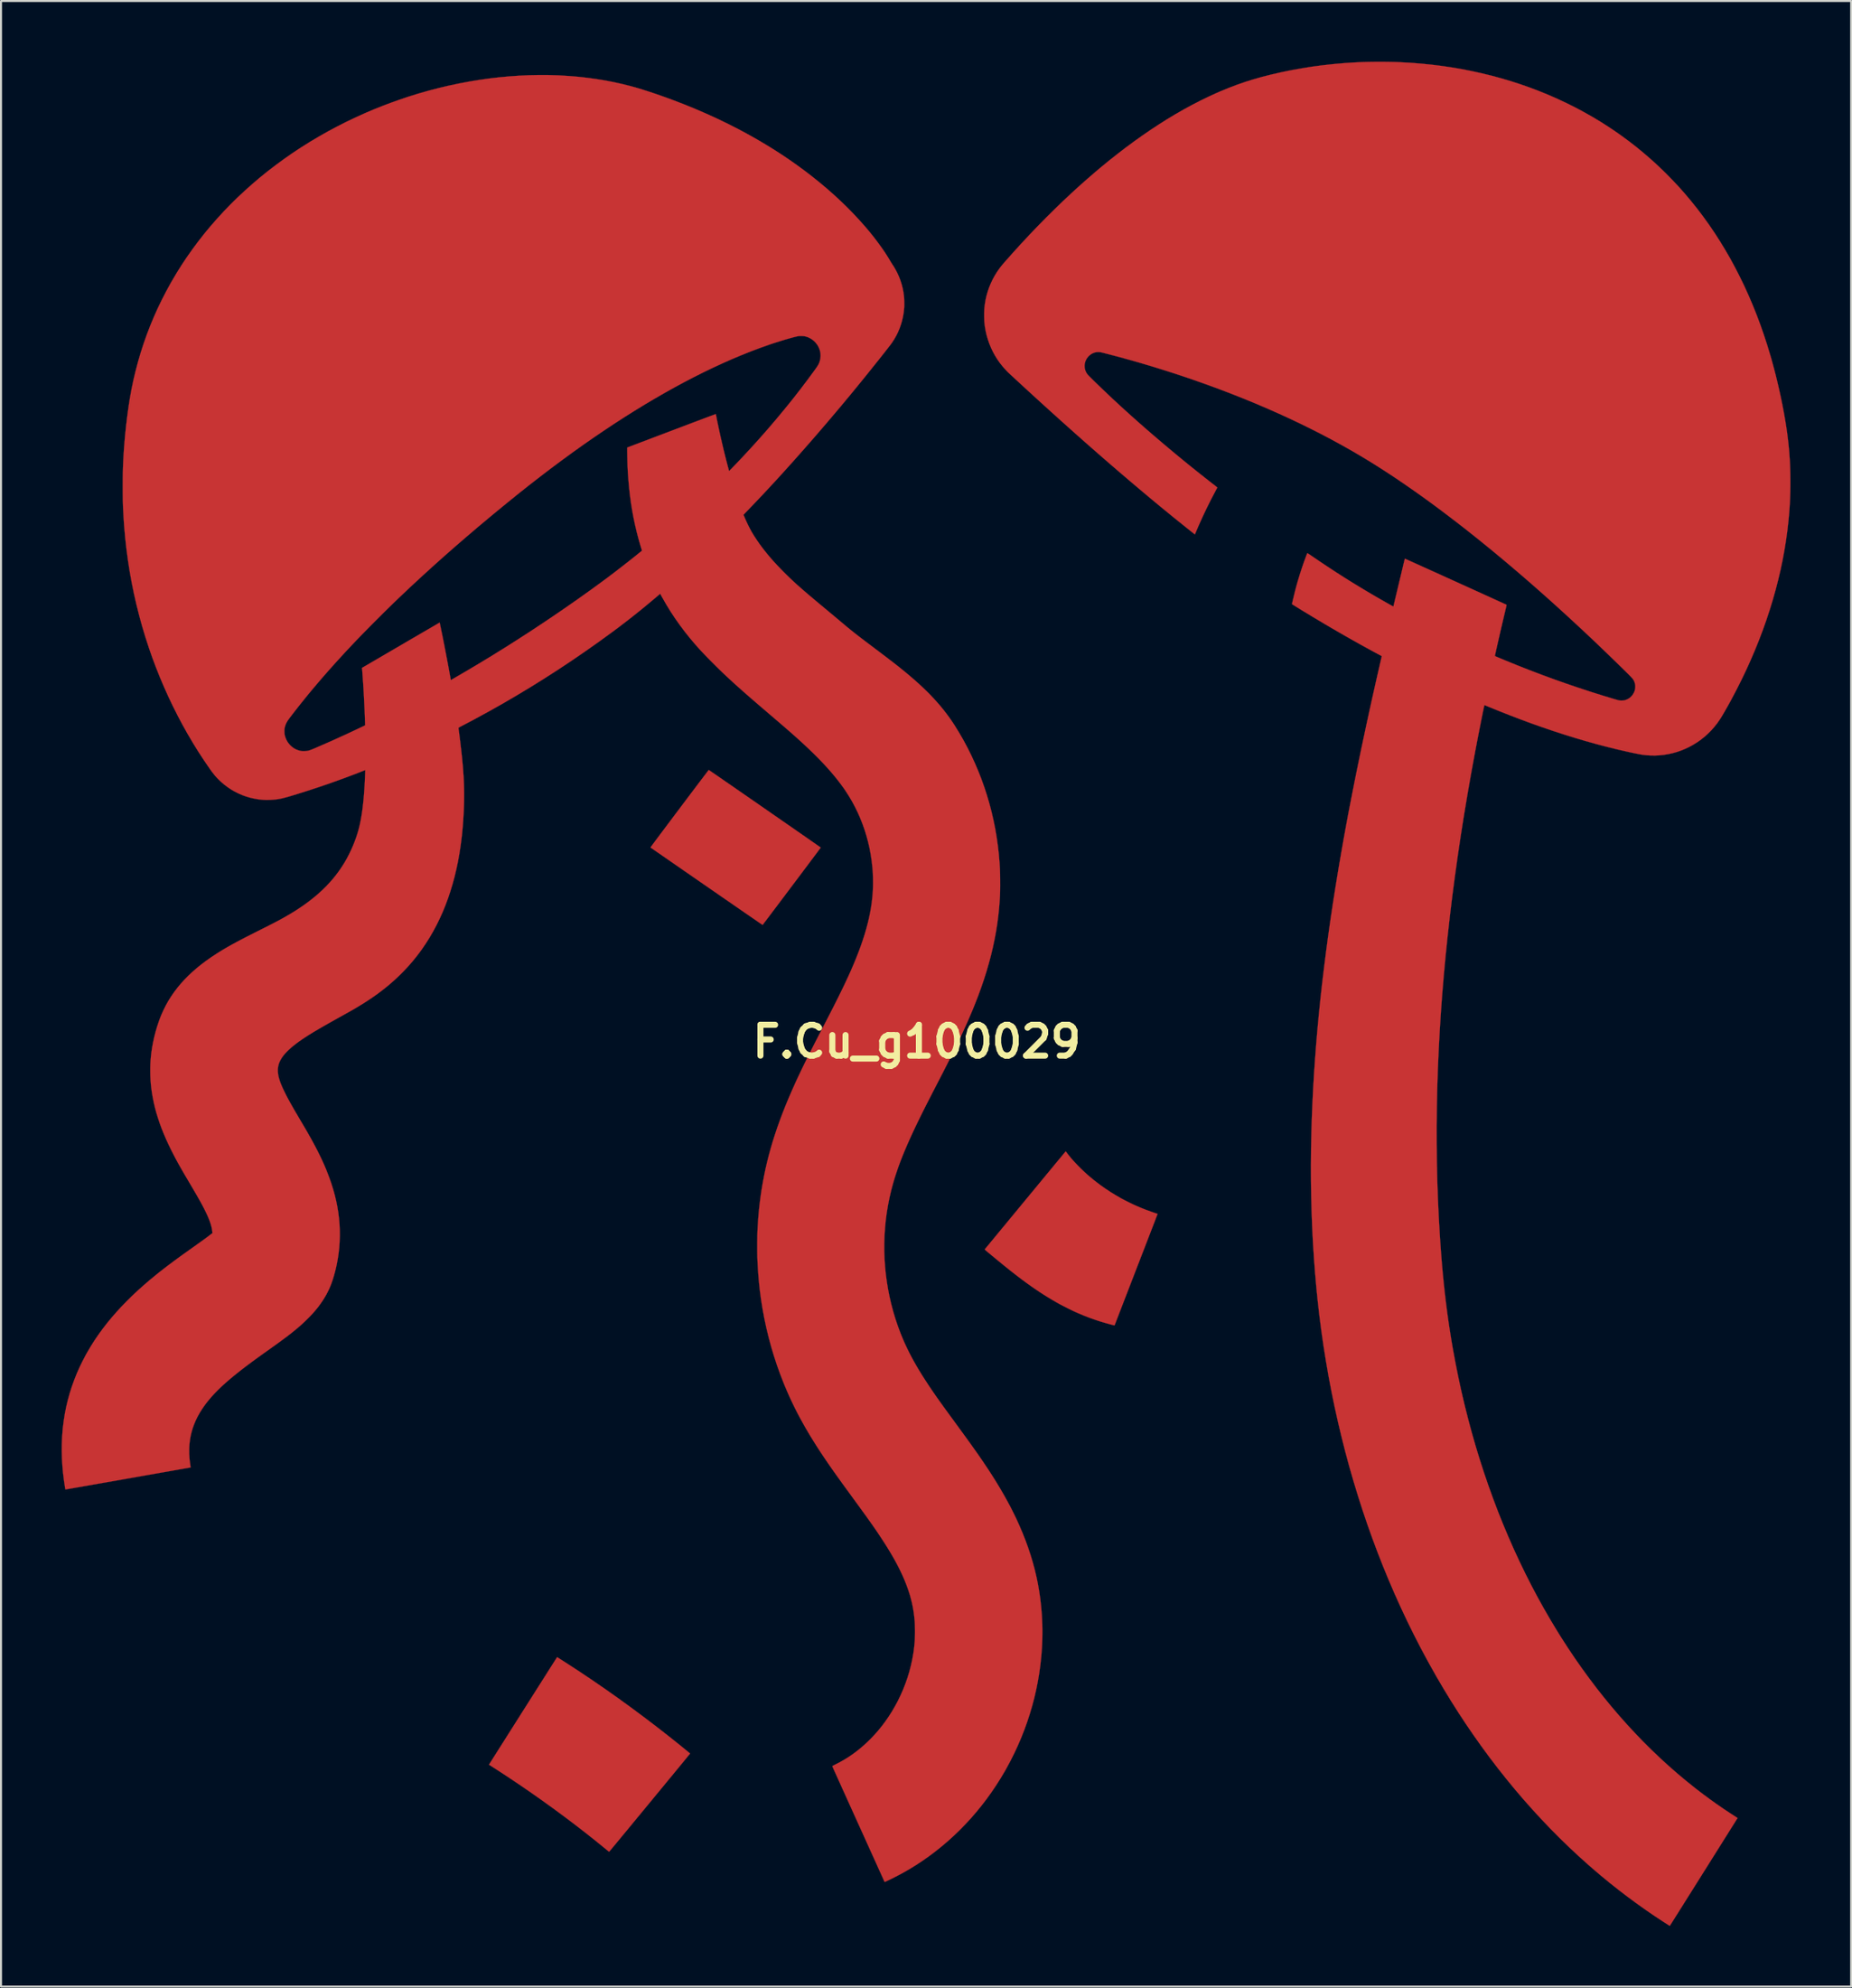
<source format=kicad_pcb>
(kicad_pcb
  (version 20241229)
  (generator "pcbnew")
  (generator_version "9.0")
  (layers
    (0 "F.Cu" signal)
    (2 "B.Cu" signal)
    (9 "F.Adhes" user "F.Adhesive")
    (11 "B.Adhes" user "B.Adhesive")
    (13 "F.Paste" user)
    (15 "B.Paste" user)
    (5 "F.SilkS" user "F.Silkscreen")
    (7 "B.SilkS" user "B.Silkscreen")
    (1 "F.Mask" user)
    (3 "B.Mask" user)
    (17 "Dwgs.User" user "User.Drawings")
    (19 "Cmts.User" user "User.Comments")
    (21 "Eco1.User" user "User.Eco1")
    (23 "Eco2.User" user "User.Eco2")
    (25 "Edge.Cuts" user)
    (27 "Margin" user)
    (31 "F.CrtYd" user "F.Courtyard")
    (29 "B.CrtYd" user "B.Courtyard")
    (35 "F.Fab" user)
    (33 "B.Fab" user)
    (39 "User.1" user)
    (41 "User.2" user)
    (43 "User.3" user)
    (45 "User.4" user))
  (footprint "F.Cu_g100029"
    (layer "F.Cu")
    (at 42.287 48.437)
    (property "Reference" "F.Cu_g100029" (at 0 0 0) (layer "F.SilkS") (effects (font (size 1.524 1.524) (thickness 0.3))))
    (attr through_hole)
    (fp_poly (pts (xy -17.781 30.424) (xy -17.772 30.429) (xy -17.757 30.438) (xy -17.736 30.451) (xy -17.708 30.468) (xy -17.673 30.49) (xy -17.63 30.518) (xy -17.578 30.551) (xy -17.518 30.589) (xy -17.447 30.635) (xy -17.393 30.669) (xy -16.725 31.103) (xy -16.058 31.549) (xy -15.393 32.007) (xy -14.73 32.475) (xy -14.071 32.954) (xy -13.415 33.442) (xy -12.765 33.938) (xy -12.121 34.443) (xy -11.9 34.62) (xy -11.828 34.677) (xy -11.756 34.735) (xy -11.686 34.791) (xy -11.619 34.846) (xy -11.554 34.899) (xy -11.493 34.949) (xy -11.435 34.995) (xy -11.383 35.038) (xy -11.337 35.076) (xy -11.296 35.11) (xy -11.263 35.138) (xy -11.237 35.16) (xy -11.219 35.176) (xy -11.21 35.184) (xy -11.209 35.185) (xy -11.213 35.191) (xy -11.226 35.206) (xy -11.245 35.23) (xy -11.272 35.263) (xy -11.306 35.304) (xy -11.346 35.353) (xy -11.392 35.41) (xy -11.445 35.474) (xy -11.503 35.545) (xy -11.567 35.622) (xy -11.635 35.706) (xy -11.709 35.795) (xy -11.787 35.89) (xy -11.869 35.99) (xy -11.956 36.094) (xy -12.045 36.204) (xy -12.138 36.317) (xy -12.235 36.433) (xy -12.334 36.553) (xy -12.435 36.676) (xy -12.538 36.802) (xy -12.644 36.93) (xy -12.75 37.059) (xy -12.859 37.19) (xy -12.968 37.323) (xy -13.077 37.456) (xy -13.187 37.589) (xy -13.298 37.723) (xy -13.407 37.856) (xy -13.517 37.988) (xy -13.625 38.12) (xy -13.733 38.25) (xy -13.839 38.378) (xy -13.943 38.505) (xy -14.045 38.629) (xy -14.145 38.75) (xy -14.242 38.867) (xy -14.337 38.982) (xy -14.428 39.092) (xy -14.516 39.198) (xy -14.6 39.3) (xy -14.679 39.396) (xy -14.755 39.488) (xy -14.826 39.573) (xy -14.891 39.652) (xy -14.952 39.726) (xy -15.007 39.792) (xy -15.056 39.851) (xy -15.099 39.903) (xy -15.135 39.946) (xy -15.165 39.982) (xy -15.187 40.009) (xy -15.202 40.027) (xy -15.21 40.036) (xy -15.211 40.036) (xy -15.217 40.032) (xy -15.232 40.021) (xy -15.254 40.004) (xy -15.283 39.982) (xy -15.315 39.956) (xy -15.351 39.926) (xy -15.361 39.919) (xy -15.865 39.509) (xy -16.38 39.101) (xy -16.906 38.694) (xy -17.441 38.291) (xy -17.984 37.891) (xy -18.534 37.495) (xy -19.089 37.105) (xy -19.649 36.721) (xy -20.212 36.344) (xy -20.777 35.975) (xy -20.998 35.833) (xy -21.151 35.735) (xy -21.137 35.711) (xy -21.13 35.7) (xy -21.116 35.678) (xy -21.097 35.646) (xy -21.071 35.606) (xy -21.04 35.556) (xy -21.003 35.498) (xy -20.961 35.431) (xy -20.914 35.357) (xy -20.863 35.276) (xy -20.807 35.187) (xy -20.747 35.092) (xy -20.683 34.991) (xy -20.615 34.885) (xy -20.544 34.772) (xy -20.47 34.655) (xy -20.393 34.534) (xy -20.313 34.408) (xy -20.231 34.278) (xy -20.147 34.145) (xy -20.061 34.009) (xy -19.973 33.87) (xy -19.884 33.73) (xy -19.793 33.587) (xy -19.702 33.443) (xy -19.61 33.298) (xy -19.518 33.152) (xy -19.425 33.006) (xy -19.333 32.861) (xy -19.241 32.716) (xy -19.149 32.571) (xy -19.059 32.429) (xy -18.969 32.287) (xy -18.881 32.148) (xy -18.795 32.012) (xy -18.71 31.879) (xy -18.627 31.748) (xy -18.547 31.622) (xy -18.469 31.5) (xy -18.395 31.382) (xy -18.323 31.269) (xy -18.255 31.161) (xy -18.19 31.059) (xy -18.129 30.963) (xy -18.072 30.874) (xy -18.02 30.791) (xy -17.972 30.716) (xy -17.929 30.649) (xy -17.891 30.589) (xy -17.858 30.538) (xy -17.832 30.496) (xy -17.81 30.463) (xy -17.795 30.439) (xy -17.787 30.426) (xy -17.785 30.423) (xy -17.781 30.424)) (stroke (width 0.01) (type solid)) (fill yes) (layer "F.Cu"))
    (fp_poly (pts (xy -10.279 -13.425) (xy -10.263 -13.415) (xy -10.238 -13.397) (xy -10.203 -13.374) (xy -10.16 -13.344) (xy -10.107 -13.308) (xy -10.047 -13.267) (xy -9.978 -13.22) (xy -9.903 -13.168) (xy -9.82 -13.111) (xy -9.73 -13.049) (xy -9.634 -12.983) (xy -9.532 -12.912) (xy -9.425 -12.838) (xy -9.312 -12.76) (xy -9.194 -12.679) (xy -9.072 -12.595) (xy -8.946 -12.507) (xy -8.816 -12.418) (xy -8.683 -12.325) (xy -8.546 -12.231) (xy -8.407 -12.135) (xy -8.266 -12.037) (xy -8.123 -11.938) (xy -7.978 -11.838) (xy -7.832 -11.737) (xy -7.685 -11.635) (xy -7.538 -11.533) (xy -7.391 -11.431) (xy -7.244 -11.329) (xy -7.098 -11.228) (xy -6.952 -11.127) (xy -6.809 -11.028) (xy -6.667 -10.929) (xy -6.527 -10.833) (xy -6.39 -10.737) (xy -6.255 -10.644) (xy -6.124 -10.553) (xy -5.997 -10.465) (xy -5.874 -10.379) (xy -5.755 -10.297) (xy -5.641 -10.217) (xy -5.531 -10.142) (xy -5.428 -10.07) (xy -5.33 -10.002) (xy -5.239 -9.938) (xy -5.154 -9.879) (xy -5.076 -9.825) (xy -5.005 -9.775) (xy -4.943 -9.732) (xy -4.888 -9.693) (xy -4.842 -9.661) (xy -4.804 -9.635) (xy -4.776 -9.615) (xy -4.758 -9.601) (xy -4.749 -9.595) (xy -4.748 -9.594) (xy -4.752 -9.588) (xy -4.764 -9.573) (xy -4.782 -9.548) (xy -4.807 -9.515) (xy -4.838 -9.473) (xy -4.875 -9.423) (xy -4.918 -9.365) (xy -4.967 -9.3) (xy -5.02 -9.229) (xy -5.079 -9.151) (xy -5.141 -9.068) (xy -5.208 -8.979) (xy -5.278 -8.885) (xy -5.352 -8.786) (xy -5.429 -8.684) (xy -5.509 -8.577) (xy -5.592 -8.468) (xy -5.676 -8.355) (xy -5.762 -8.24) (xy -5.85 -8.123) (xy -5.939 -8.005) (xy -6.029 -7.885) (xy -6.12 -7.765) (xy -6.211 -7.644) (xy -6.301 -7.524) (xy -6.391 -7.404) (xy -6.481 -7.285) (xy -6.569 -7.167) (xy -6.657 -7.052) (xy -6.742 -6.938) (xy -6.825 -6.828) (xy -6.906 -6.72) (xy -6.985 -6.616) (xy -7.06 -6.516) (xy -7.132 -6.421) (xy -7.2 -6.33) (xy -7.265 -6.245) (xy -7.325 -6.165) (xy -7.381 -6.091) (xy -7.431 -6.024) (xy -7.477 -5.964) (xy -7.517 -5.912) (xy -7.551 -5.867) (xy -7.578 -5.83) (xy -7.6 -5.802) (xy -7.614 -5.784) (xy -7.621 -5.775) (xy -7.622 -5.774) (xy -7.628 -5.777) (xy -7.644 -5.788) (xy -7.669 -5.805) (xy -7.704 -5.829) (xy -7.749 -5.859) (xy -7.802 -5.895) (xy -7.864 -5.938) (xy -7.934 -5.986) (xy -8.012 -6.04) (xy -8.098 -6.099) (xy -8.191 -6.163) (xy -8.292 -6.232) (xy -8.399 -6.306) (xy -8.513 -6.384) (xy -8.632 -6.467) (xy -8.758 -6.553) (xy -8.889 -6.644) (xy -9.026 -6.738) (xy -9.167 -6.836) (xy -9.314 -6.937) (xy -9.464 -7.04) (xy -9.619 -7.147) (xy -9.777 -7.256) (xy -9.938 -7.368) (xy -10.103 -7.482) (xy -10.271 -7.598) (xy -10.394 -7.683) (xy -10.564 -7.8) (xy -10.731 -7.916) (xy -10.895 -8.029) (xy -11.056 -8.14) (xy -11.213 -8.249) (xy -11.366 -8.355) (xy -11.516 -8.458) (xy -11.66 -8.559) (xy -11.801 -8.655) (xy -11.936 -8.749) (xy -12.065 -8.839) (xy -12.189 -8.924) (xy -12.308 -9.006) (xy -12.419 -9.084) (xy -12.525 -9.156) (xy -12.623 -9.225) (xy -12.714 -9.288) (xy -12.798 -9.346) (xy -12.874 -9.398) (xy -12.942 -9.445) (xy -13.002 -9.487) (xy -13.052 -9.522) (xy -13.094 -9.551) (xy -13.127 -9.573) (xy -13.149 -9.589) (xy -13.162 -9.598) (xy -13.165 -9.6) (xy -13.162 -9.606) (xy -13.151 -9.621) (xy -13.133 -9.645) (xy -13.109 -9.679) (xy -13.078 -9.72) (xy -13.041 -9.77) (xy -12.999 -9.827) (xy -12.951 -9.891) (xy -12.898 -9.963) (xy -12.84 -10.04) (xy -12.778 -10.123) (xy -12.711 -10.212) (xy -12.641 -10.306) (xy -12.568 -10.404) (xy -12.491 -10.506) (xy -12.411 -10.613) (xy -12.329 -10.722) (xy -12.245 -10.835) (xy -12.158 -10.949) (xy -12.071 -11.066) (xy -11.982 -11.185) (xy -11.892 -11.304) (xy -11.801 -11.425) (xy -11.71 -11.545) (xy -11.62 -11.666) (xy -11.529 -11.786) (xy -11.439 -11.905) (xy -11.351 -12.023) (xy -11.264 -12.139) (xy -11.178 -12.252) (xy -11.094 -12.363) (xy -11.013 -12.471) (xy -10.934 -12.575) (xy -10.858 -12.676) (xy -10.786 -12.772) (xy -10.717 -12.863) (xy -10.652 -12.949) (xy -10.591 -13.029) (xy -10.534 -13.104) (xy -10.483 -13.171) (xy -10.437 -13.232) (xy -10.396 -13.285) (xy -10.361 -13.331) (xy -10.332 -13.368) (xy -10.31 -13.397) (xy -10.295 -13.417) (xy -10.286 -13.427) (xy -10.285 -13.429) (xy -10.279 -13.425)) (stroke (width 0.01) (type solid)) (fill yes) (layer "F.Cu"))
    (fp_poly (pts (xy 7.441 5.516) (xy 7.527 5.627) (xy 7.622 5.743) (xy 7.727 5.863) (xy 7.839 5.986) (xy 7.957 6.11) (xy 8.079 6.234) (xy 8.206 6.357) (xy 8.335 6.478) (xy 8.466 6.595) (xy 8.572 6.687) (xy 8.815 6.885) (xy 9.068 7.078) (xy 9.331 7.264) (xy 9.601 7.442) (xy 9.879 7.611) (xy 10.087 7.731) (xy 10.142 7.761) (xy 10.207 7.795) (xy 10.279 7.833) (xy 10.356 7.872) (xy 10.435 7.912) (xy 10.515 7.952) (xy 10.594 7.99) (xy 10.668 8.026) (xy 10.737 8.059) (xy 10.797 8.086) (xy 10.81 8.092) (xy 11.058 8.199) (xy 11.31 8.3) (xy 11.564 8.393) (xy 11.738 8.453) (xy 11.782 8.468) (xy 11.822 8.481) (xy 11.857 8.493) (xy 11.884 8.502) (xy 11.902 8.509) (xy 11.911 8.512) (xy 11.911 8.512) (xy 11.909 8.518) (xy 11.902 8.535) (xy 11.891 8.564) (xy 11.876 8.603) (xy 11.857 8.653) (xy 11.834 8.712) (xy 11.808 8.782) (xy 11.778 8.86) (xy 11.744 8.948) (xy 11.707 9.044) (xy 11.667 9.148) (xy 11.624 9.26) (xy 11.578 9.379) (xy 11.529 9.505) (xy 11.477 9.638) (xy 11.424 9.778) (xy 11.368 9.923) (xy 11.309 10.074) (xy 11.249 10.23) (xy 11.187 10.391) (xy 11.123 10.556) (xy 11.057 10.725) (xy 10.991 10.899) (xy 10.922 11.075) (xy 10.855 11.25) (xy 10.785 11.429) (xy 10.717 11.606) (xy 10.65 11.779) (xy 10.584 11.949) (xy 10.52 12.114) (xy 10.458 12.276) (xy 10.398 12.432) (xy 10.339 12.583) (xy 10.283 12.729) (xy 10.229 12.869) (xy 10.177 13.002) (xy 10.128 13.129) (xy 10.082 13.249) (xy 10.038 13.361) (xy 9.998 13.466) (xy 9.961 13.562) (xy 9.927 13.65) (xy 9.896 13.73) (xy 9.869 13.799) (xy 9.846 13.86) (xy 9.826 13.91) (xy 9.811 13.95) (xy 9.8 13.979) (xy 9.793 13.997) (xy 9.79 14.003) (xy 9.783 14.016) (xy 9.774 14.02) (xy 9.765 14.019) (xy 9.746 14.014) (xy 9.717 14.007) (xy 9.682 13.998) (xy 9.641 13.988) (xy 9.597 13.976) (xy 9.595 13.976) (xy 9.313 13.898) (xy 9.041 13.816) (xy 8.776 13.728) (xy 8.515 13.634) (xy 8.255 13.533) (xy 7.993 13.423) (xy 7.782 13.328) (xy 7.74 13.309) (xy 7.689 13.284) (xy 7.63 13.255) (xy 7.565 13.224) (xy 7.497 13.19) (xy 7.427 13.155) (xy 7.358 13.12) (xy 7.29 13.085) (xy 7.226 13.053) (xy 7.168 13.022) (xy 7.117 12.996) (xy 7.08 12.976) (xy 6.875 12.862) (xy 6.671 12.743) (xy 6.468 12.62) (xy 6.263 12.492) (xy 6.057 12.358) (xy 5.849 12.218) (xy 5.637 12.07) (xy 5.421 11.916) (xy 5.201 11.753) (xy 4.975 11.582) (xy 4.742 11.401) (xy 4.594 11.285) (xy 4.534 11.237) (xy 4.472 11.187) (xy 4.409 11.136) (xy 4.342 11.082) (xy 4.271 11.024) (xy 4.195 10.962) (xy 4.113 10.895) (xy 4.025 10.823) (xy 3.93 10.745) (xy 3.826 10.659) (xy 3.738 10.587) (xy 3.668 10.529) (xy 3.607 10.478) (xy 3.554 10.434) (xy 3.51 10.397) (xy 3.472 10.366) (xy 3.442 10.34) (xy 3.418 10.319) (xy 3.399 10.302) (xy 3.385 10.289) (xy 3.376 10.279) (xy 3.37 10.272) (xy 3.367 10.267) (xy 3.367 10.264) (xy 3.367 10.263) (xy 3.372 10.257) (xy 3.384 10.242) (xy 3.404 10.218) (xy 3.432 10.185) (xy 3.466 10.143) (xy 3.508 10.093) (xy 3.556 10.035) (xy 3.61 9.969) (xy 3.67 9.896) (xy 3.737 9.816) (xy 3.809 9.729) (xy 3.886 9.635) (xy 3.968 9.535) (xy 4.056 9.43) (xy 4.148 9.318) (xy 4.244 9.202) (xy 4.345 9.08) (xy 4.449 8.954) (xy 4.557 8.823) (xy 4.669 8.688) (xy 4.783 8.549) (xy 4.901 8.407) (xy 5.021 8.261) (xy 5.144 8.113) (xy 5.269 7.961) (xy 5.359 7.852) (xy 5.486 7.699) (xy 5.61 7.548) (xy 5.732 7.401) (xy 5.852 7.256) (xy 5.969 7.114) (xy 6.083 6.976) (xy 6.193 6.842) (xy 6.301 6.713) (xy 6.404 6.587) (xy 6.504 6.467) (xy 6.599 6.352) (xy 6.69 6.242) (xy 6.776 6.137) (xy 6.857 6.039) (xy 6.933 5.947) (xy 7.004 5.862) (xy 7.069 5.784) (xy 7.128 5.712) (xy 7.181 5.649) (xy 7.227 5.593) (xy 7.267 5.545) (xy 7.299 5.505) (xy 7.325 5.474) (xy 7.343 5.453) (xy 7.354 5.44) (xy 7.356 5.437) (xy 7.37 5.422) (xy 7.441 5.516)) (stroke (width 0.01) (type solid)) (fill yes) (layer "F.Cu"))
    (fp_poly (pts (xy 23.178 -48.43) (xy 23.393 -48.427) (xy 23.601 -48.423) (xy 23.801 -48.416) (xy 23.889 -48.412) (xy 24.409 -48.384) (xy 24.926 -48.343) (xy 25.439 -48.292) (xy 25.948 -48.229) (xy 26.453 -48.155) (xy 26.953 -48.069) (xy 27.449 -47.972) (xy 27.941 -47.864) (xy 28.427 -47.745) (xy 28.908 -47.615) (xy 29.384 -47.474) (xy 29.854 -47.322) (xy 30.319 -47.159) (xy 30.778 -46.985) (xy 31.231 -46.801) (xy 31.678 -46.605) (xy 32.119 -46.399) (xy 32.553 -46.183) (xy 32.98 -45.955) (xy 33.401 -45.718) (xy 33.815 -45.47) (xy 34.08 -45.302) (xy 34.48 -45.038) (xy 34.872 -44.764) (xy 35.256 -44.48) (xy 35.633 -44.185) (xy 36.001 -43.881) (xy 36.362 -43.567) (xy 36.714 -43.244) (xy 37.058 -42.911) (xy 37.393 -42.569) (xy 37.72 -42.218) (xy 37.99 -41.913) (xy 38.302 -41.542) (xy 38.606 -41.163) (xy 38.9 -40.774) (xy 39.186 -40.377) (xy 39.462 -39.97) (xy 39.729 -39.555) (xy 39.987 -39.131) (xy 40.237 -38.699) (xy 40.476 -38.257) (xy 40.707 -37.807) (xy 40.929 -37.349) (xy 41.141 -36.882) (xy 41.345 -36.406) (xy 41.539 -35.922) (xy 41.724 -35.429) (xy 41.899 -34.928) (xy 42.065 -34.418) (xy 42.222 -33.9) (xy 42.258 -33.776) (xy 42.335 -33.5) (xy 42.411 -33.219) (xy 42.484 -32.933) (xy 42.555 -32.644) (xy 42.623 -32.353) (xy 42.689 -32.062) (xy 42.751 -31.772) (xy 42.81 -31.483) (xy 42.865 -31.199) (xy 42.916 -30.919) (xy 42.963 -30.645) (xy 43.005 -30.38) (xy 43.042 -30.123) (xy 43.068 -29.924) (xy 43.102 -29.64) (xy 43.131 -29.363) (xy 43.154 -29.09) (xy 43.174 -28.818) (xy 43.188 -28.545) (xy 43.199 -28.268) (xy 43.205 -27.985) (xy 43.207 -27.692) (xy 43.207 -27.657) (xy 43.206 -27.391) (xy 43.201 -27.135) (xy 43.193 -26.884) (xy 43.182 -26.636) (xy 43.167 -26.388) (xy 43.148 -26.137) (xy 43.125 -25.879) (xy 43.116 -25.781) (xy 43.062 -25.293) (xy 42.995 -24.804) (xy 42.916 -24.312) (xy 42.825 -23.82) (xy 42.722 -23.327) (xy 42.606 -22.833) (xy 42.478 -22.338) (xy 42.339 -21.843) (xy 42.187 -21.349) (xy 42.024 -20.854) (xy 41.849 -20.36) (xy 41.662 -19.867) (xy 41.463 -19.374) (xy 41.253 -18.883) (xy 41.032 -18.394) (xy 40.799 -17.906) (xy 40.555 -17.42) (xy 40.3 -16.936) (xy 40.267 -16.875) (xy 40.213 -16.776) (xy 40.158 -16.677) (xy 40.103 -16.578) (xy 40.049 -16.482) (xy 39.995 -16.389) (xy 39.944 -16.299) (xy 39.895 -16.215) (xy 39.849 -16.137) (xy 39.807 -16.067) (xy 39.769 -16.005) (xy 39.735 -15.952) (xy 39.716 -15.923) (xy 39.586 -15.737) (xy 39.446 -15.56) (xy 39.298 -15.392) (xy 39.141 -15.234) (xy 38.975 -15.084) (xy 38.801 -14.944) (xy 38.619 -14.814) (xy 38.586 -14.792) (xy 38.395 -14.674) (xy 38.2 -14.567) (xy 38 -14.473) (xy 37.797 -14.39) (xy 37.589 -14.319) (xy 37.379 -14.26) (xy 37.165 -14.213) (xy 36.95 -14.178) (xy 36.732 -14.155) (xy 36.513 -14.145) (xy 36.292 -14.147) (xy 36.071 -14.162) (xy 35.871 -14.186) (xy 35.831 -14.192) (xy 35.78 -14.202) (xy 35.719 -14.213) (xy 35.65 -14.227) (xy 35.572 -14.242) (xy 35.488 -14.259) (xy 35.399 -14.278) (xy 35.306 -14.298) (xy 35.21 -14.319) (xy 35.112 -14.34) (xy 35.106 -14.342) (xy 34.608 -14.457) (xy 34.103 -14.582) (xy 33.592 -14.717) (xy 33.074 -14.862) (xy 32.55 -15.017) (xy 32.02 -15.182) (xy 31.485 -15.356) (xy 30.945 -15.54) (xy 30.401 -15.732) (xy 29.853 -15.935) (xy 29.3 -16.146) (xy 28.745 -16.366) (xy 28.315 -16.541) (xy 28.264 -16.562) (xy 28.216 -16.582) (xy 28.173 -16.599) (xy 28.137 -16.614) (xy 28.108 -16.625) (xy 28.088 -16.633) (xy 28.077 -16.637) (xy 28.077 -16.637) (xy 28.074 -16.631) (xy 28.069 -16.613) (xy 28.062 -16.584) (xy 28.053 -16.544) (xy 28.042 -16.494) (xy 28.03 -16.434) (xy 28.015 -16.366) (xy 27.999 -16.289) (xy 27.982 -16.205) (xy 27.964 -16.114) (xy 27.944 -16.016) (xy 27.923 -15.912) (xy 27.901 -15.803) (xy 27.879 -15.69) (xy 27.856 -15.572) (xy 27.832 -15.451) (xy 27.808 -15.328) (xy 27.783 -15.202) (xy 27.758 -15.074) (xy 27.733 -14.945) (xy 27.708 -14.816) (xy 27.684 -14.687) (xy 27.659 -14.559) (xy 27.635 -14.432) (xy 27.612 -14.308) (xy 27.598 -14.234) (xy 27.408 -13.202) (xy 27.229 -12.178) (xy 27.06 -11.162) (xy 26.901 -10.153) (xy 26.752 -9.152) (xy 26.613 -8.158) (xy 26.484 -7.171) (xy 26.365 -6.191) (xy 26.256 -5.218) (xy 26.156 -4.252) (xy 26.067 -3.293) (xy 25.988 -2.34) (xy 25.919 -1.394) (xy 25.86 -0.455) (xy 25.811 0.478) (xy 25.771 1.404) (xy 25.742 2.325) (xy 25.723 3.239) (xy 25.713 4.147) (xy 25.714 5.05) (xy 25.724 5.946) (xy 25.744 6.837) (xy 25.774 7.722) (xy 25.814 8.601) (xy 25.861 9.42) (xy 25.889 9.856) (xy 25.919 10.28) (xy 25.951 10.693) (xy 25.984 11.096) (xy 26.02 11.491) (xy 26.058 11.879) (xy 26.098 12.259) (xy 26.141 12.634) (xy 26.186 13.005) (xy 26.234 13.371) (xy 26.284 13.735) (xy 26.337 14.097) (xy 26.394 14.458) (xy 26.453 14.82) (xy 26.515 15.183) (xy 26.518 15.199) (xy 26.647 15.897) (xy 26.786 16.59) (xy 26.936 17.279) (xy 27.096 17.961) (xy 27.267 18.639) (xy 27.447 19.31) (xy 27.638 19.976) (xy 27.839 20.636) (xy 28.05 21.289) (xy 28.271 21.936) (xy 28.502 22.576) (xy 28.742 23.21) (xy 28.993 23.836) (xy 29.253 24.455) (xy 29.522 25.067) (xy 29.801 25.671) (xy 30.09 26.268) (xy 30.388 26.857) (xy 30.695 27.437) (xy 31.012 28.009) (xy 31.338 28.573) (xy 31.673 29.128) (xy 31.866 29.439) (xy 32.2 29.956) (xy 32.541 30.465) (xy 32.89 30.964) (xy 33.246 31.453) (xy 33.609 31.933) (xy 33.979 32.403) (xy 34.357 32.863) (xy 34.741 33.313) (xy 35.132 33.752) (xy 35.53 34.182) (xy 35.934 34.601) (xy 36.345 35.009) (xy 36.762 35.407) (xy 37.185 35.794) (xy 37.615 36.17) (xy 38.051 36.535) (xy 38.492 36.889) (xy 38.564 36.945) (xy 38.886 37.192) (xy 39.214 37.434) (xy 39.546 37.672) (xy 39.879 37.902) (xy 40.212 38.124) (xy 40.542 38.337) (xy 40.556 38.346) (xy 40.595 38.371) (xy 38.922 41.034) (xy 38.816 41.203) (xy 38.712 41.369) (xy 38.609 41.532) (xy 38.509 41.691) (xy 38.411 41.847) (xy 38.315 41.999) (xy 38.222 42.147) (xy 38.132 42.29) (xy 38.046 42.428) (xy 37.962 42.56) (xy 37.882 42.688) (xy 37.806 42.809) (xy 37.734 42.923) (xy 37.666 43.032) (xy 37.602 43.133) (xy 37.542 43.227) (xy 37.488 43.314) (xy 37.438 43.392) (xy 37.394 43.463) (xy 37.355 43.525) (xy 37.321 43.578) (xy 37.293 43.621) (xy 37.272 43.656) (xy 37.256 43.68) (xy 37.247 43.695) (xy 37.244 43.699) (xy 37.237 43.696) (xy 37.222 43.687) (xy 37.201 43.675) (xy 37.179 43.661) (xy 37.159 43.648) (xy 37.13 43.629) (xy 37.093 43.605) (xy 37.052 43.579) (xy 37.007 43.55) (xy 36.962 43.521) (xy 36.941 43.508) (xy 36.495 43.215) (xy 36.05 42.91) (xy 35.606 42.594) (xy 35.164 42.269) (xy 34.726 41.934) (xy 34.293 41.592) (xy 33.866 41.242) (xy 33.446 40.885) (xy 33.22 40.688) (xy 32.739 40.256) (xy 32.265 39.813) (xy 31.799 39.36) (xy 31.339 38.897) (xy 30.887 38.423) (xy 30.442 37.939) (xy 30.004 37.446) (xy 29.574 36.942) (xy 29.152 36.428) (xy 28.737 35.905) (xy 28.33 35.372) (xy 27.931 34.829) (xy 27.54 34.277) (xy 27.156 33.716) (xy 26.781 33.145) (xy 26.414 32.566) (xy 26.055 31.977) (xy 25.704 31.379) (xy 25.362 30.772) (xy 25.243 30.556) (xy 24.902 29.919) (xy 24.571 29.273) (xy 24.25 28.62) (xy 23.939 27.959) (xy 23.638 27.292) (xy 23.347 26.617) (xy 23.066 25.935) (xy 22.796 25.247) (xy 22.536 24.552) (xy 22.286 23.851) (xy 22.046 23.143) (xy 21.818 22.43) (xy 21.599 21.711) (xy 21.391 20.987) (xy 21.194 20.258) (xy 21.008 19.523) (xy 20.832 18.783) (xy 20.667 18.039) (xy 20.513 17.29) (xy 20.37 16.537) (xy 20.238 15.78) (xy 20.117 15.019) (xy 20.008 14.254) (xy 19.909 13.486) (xy 19.822 12.714) (xy 19.768 12.182) (xy 19.703 11.448) (xy 19.647 10.704) (xy 19.599 9.952) (xy 19.561 9.193) (xy 19.532 8.425) (xy 19.512 7.65) (xy 19.5 6.868) (xy 19.498 6.079) (xy 19.505 5.284) (xy 19.521 4.483) (xy 19.542 3.785) (xy 19.571 3.071) (xy 19.606 2.351) (xy 19.648 1.625) (xy 19.698 0.893) (xy 19.754 0.153) (xy 19.818 -0.594) (xy 19.889 -1.348) (xy 19.967 -2.109) (xy 20.052 -2.879) (xy 20.145 -3.656) (xy 20.244 -4.442) (xy 20.351 -5.236) (xy 20.465 -6.039) (xy 20.587 -6.851) (xy 20.716 -7.672) (xy 20.852 -8.502) (xy 20.996 -9.343) (xy 21.147 -10.193) (xy 21.238 -10.69) (xy 21.335 -11.211) (xy 21.437 -11.743) (xy 21.543 -12.286) (xy 21.652 -12.838) (xy 21.766 -13.4) (xy 21.883 -13.97) (xy 22.003 -14.549) (xy 22.127 -15.134) (xy 22.254 -15.726) (xy 22.384 -16.323) (xy 22.517 -16.926) (xy 22.653 -17.533) (xy 22.791 -18.144) (xy 22.932 -18.758) (xy 22.987 -18.998) (xy 22.993 -19.024) (xy 22.997 -19.044) (xy 22.999 -19.056) (xy 22.999 -19.059) (xy 22.993 -19.062) (xy 22.977 -19.071) (xy 22.954 -19.083) (xy 22.925 -19.099) (xy 22.891 -19.117) (xy 22.885 -19.12) (xy 22.568 -19.29) (xy 22.242 -19.468) (xy 21.91 -19.651) (xy 21.571 -19.841) (xy 21.229 -20.035) (xy 20.884 -20.233) (xy 20.537 -20.434) (xy 20.191 -20.637) (xy 19.846 -20.842) (xy 19.504 -21.047) (xy 19.166 -21.252) (xy 19.152 -21.261) (xy 19.104 -21.29) (xy 19.053 -21.321) (xy 19 -21.354) (xy 18.945 -21.388) (xy 18.89 -21.422) (xy 18.836 -21.455) (xy 18.784 -21.487) (xy 18.735 -21.518) (xy 18.689 -21.546) (xy 18.649 -21.571) (xy 18.616 -21.592) (xy 18.589 -21.608) (xy 18.571 -21.62) (xy 18.562 -21.625) (xy 18.562 -21.625) (xy 18.562 -21.633) (xy 18.565 -21.651) (xy 18.571 -21.679) (xy 18.579 -21.717) (xy 18.589 -21.762) (xy 18.601 -21.814) (xy 18.615 -21.871) (xy 18.63 -21.933) (xy 18.645 -21.999) (xy 18.662 -22.067) (xy 18.679 -22.136) (xy 18.696 -22.205) (xy 18.713 -22.273) (xy 18.73 -22.339) (xy 18.746 -22.401) (xy 18.762 -22.46) (xy 18.773 -22.502) (xy 18.856 -22.797) (xy 18.946 -23.093) (xy 19.042 -23.388) (xy 19.141 -23.679) (xy 19.245 -23.961) (xy 19.271 -24.032) (xy 19.289 -24.076) (xy 19.303 -24.109) (xy 19.314 -24.132) (xy 19.322 -24.144) (xy 19.324 -24.145) (xy 19.331 -24.142) (xy 19.347 -24.131) (xy 19.372 -24.115) (xy 19.404 -24.094) (xy 19.442 -24.069) (xy 19.486 -24.039) (xy 19.534 -24.007) (xy 19.585 -23.972) (xy 19.599 -23.962) (xy 19.99 -23.697) (xy 20.376 -23.44) (xy 20.758 -23.19) (xy 21.14 -22.946) (xy 21.524 -22.706) (xy 21.912 -22.469) (xy 22.307 -22.232) (xy 22.622 -22.047) (xy 22.684 -22.011) (xy 22.751 -21.972) (xy 22.819 -21.933) (xy 22.89 -21.892) (xy 22.961 -21.851) (xy 23.032 -21.811) (xy 23.103 -21.771) (xy 23.171 -21.732) (xy 23.237 -21.694) (xy 23.3 -21.659) (xy 23.358 -21.626) (xy 23.411 -21.596) (xy 23.458 -21.57) (xy 23.499 -21.548) (xy 23.531 -21.53) (xy 23.555 -21.517) (xy 23.57 -21.51) (xy 23.574 -21.508) (xy 23.576 -21.515) (xy 23.58 -21.533) (xy 23.587 -21.561) (xy 23.597 -21.6) (xy 23.608 -21.648) (xy 23.622 -21.704) (xy 23.637 -21.767) (xy 23.654 -21.837) (xy 23.672 -21.913) (xy 23.691 -21.995) (xy 23.712 -22.08) (xy 23.732 -22.165) (xy 23.774 -22.34) (xy 23.813 -22.504) (xy 23.849 -22.656) (xy 23.883 -22.797) (xy 23.914 -22.927) (xy 23.942 -23.046) (xy 23.969 -23.156) (xy 23.992 -23.256) (xy 24.014 -23.347) (xy 24.034 -23.429) (xy 24.052 -23.503) (xy 24.067 -23.568) (xy 24.081 -23.626) (xy 24.094 -23.677) (xy 24.104 -23.721) (xy 24.113 -23.758) (xy 24.121 -23.789) (xy 24.128 -23.815) (xy 24.133 -23.835) (xy 24.137 -23.851) (xy 24.14 -23.862) (xy 24.142 -23.869) (xy 24.143 -23.872) (xy 24.143 -23.872) (xy 24.149 -23.87) (xy 24.166 -23.862) (xy 24.194 -23.85) (xy 24.232 -23.833) (xy 24.279 -23.812) (xy 24.336 -23.786) (xy 24.402 -23.757) (xy 24.476 -23.723) (xy 24.558 -23.686) (xy 24.648 -23.646) (xy 24.744 -23.602) (xy 24.848 -23.556) (xy 24.957 -23.506) (xy 25.072 -23.454) (xy 25.192 -23.4) (xy 25.317 -23.343) (xy 25.446 -23.285) (xy 25.58 -23.225) (xy 25.716 -23.163) (xy 25.856 -23.1) (xy 25.998 -23.035) (xy 26.142 -22.97) (xy 26.287 -22.904) (xy 26.434 -22.838) (xy 26.581 -22.771) (xy 26.729 -22.704) (xy 26.877 -22.637) (xy 27.023 -22.57) (xy 27.169 -22.504) (xy 27.313 -22.439) (xy 27.455 -22.375) (xy 27.595 -22.311) (xy 27.731 -22.249) (xy 27.865 -22.189) (xy 27.994 -22.13) (xy 28.119 -22.073) (xy 28.24 -22.018) (xy 28.355 -21.966) (xy 28.464 -21.916) (xy 28.567 -21.869) (xy 28.664 -21.825) (xy 28.754 -21.784) (xy 28.836 -21.746) (xy 28.911 -21.713) (xy 28.977 -21.682) (xy 29.034 -21.656) (xy 29.082 -21.634) (xy 29.12 -21.617) (xy 29.148 -21.604) (xy 29.165 -21.595) (xy 29.172 -21.592) (xy 29.171 -21.586) (xy 29.168 -21.568) (xy 29.162 -21.543) (xy 29.155 -21.51) (xy 29.147 -21.473) (xy 29.144 -21.461) (xy 29.092 -21.242) (xy 29.043 -21.035) (xy 28.997 -20.84) (xy 28.954 -20.654) (xy 28.913 -20.479) (xy 28.874 -20.313) (xy 28.838 -20.155) (xy 28.804 -20.006) (xy 28.803 -20.003) (xy 28.782 -19.913) (xy 28.762 -19.823) (xy 28.742 -19.735) (xy 28.722 -19.648) (xy 28.703 -19.564) (xy 28.685 -19.484) (xy 28.668 -19.409) (xy 28.652 -19.338) (xy 28.638 -19.274) (xy 28.626 -19.217) (xy 28.615 -19.168) (xy 28.606 -19.128) (xy 28.6 -19.098) (xy 28.595 -19.078) (xy 28.594 -19.07) (xy 28.594 -19.07) (xy 28.595 -19.067) (xy 28.597 -19.064) (xy 28.602 -19.061) (xy 28.61 -19.056) (xy 28.622 -19.05) (xy 28.639 -19.042) (xy 28.66 -19.032) (xy 28.688 -19.02) (xy 28.722 -19.005) (xy 28.764 -18.987) (xy 28.814 -18.967) (xy 28.872 -18.942) (xy 28.94 -18.914) (xy 29.018 -18.882) (xy 29.106 -18.845) (xy 29.142 -18.83) (xy 29.728 -18.592) (xy 30.322 -18.358) (xy 30.923 -18.13) (xy 31.529 -17.908) (xy 32.137 -17.693) (xy 32.746 -17.486) (xy 33.354 -17.287) (xy 33.958 -17.097) (xy 34.439 -16.952) (xy 34.511 -16.93) (xy 34.572 -16.913) (xy 34.623 -16.898) (xy 34.666 -16.886) (xy 34.703 -16.877) (xy 34.735 -16.87) (xy 34.763 -16.865) (xy 34.788 -16.862) (xy 34.812 -16.86) (xy 34.837 -16.86) (xy 34.863 -16.86) (xy 34.887 -16.861) (xy 34.929 -16.863) (xy 34.962 -16.866) (xy 34.99 -16.87) (xy 35.017 -16.876) (xy 35.035 -16.881) (xy 35.125 -16.914) (xy 35.207 -16.957) (xy 35.282 -17.011) (xy 35.349 -17.074) (xy 35.408 -17.147) (xy 35.458 -17.229) (xy 35.475 -17.262) (xy 35.509 -17.347) (xy 35.53 -17.435) (xy 35.539 -17.524) (xy 35.537 -17.613) (xy 35.522 -17.701) (xy 35.495 -17.786) (xy 35.477 -17.829) (xy 35.469 -17.844) (xy 35.462 -17.859) (xy 35.454 -17.873) (xy 35.445 -17.888) (xy 35.435 -17.904) (xy 35.423 -17.92) (xy 35.408 -17.939) (xy 35.391 -17.959) (xy 35.371 -17.982) (xy 35.347 -18.008) (xy 35.32 -18.037) (xy 35.288 -18.071) (xy 35.251 -18.108) (xy 35.209 -18.151) (xy 35.161 -18.199) (xy 35.107 -18.252) (xy 35.047 -18.312) (xy 34.979 -18.378) (xy 34.905 -18.451) (xy 34.822 -18.532) (xy 34.731 -18.62) (xy 34.632 -18.717) (xy 34.63 -18.719) (xy 34.148 -19.187) (xy 33.667 -19.648) (xy 33.187 -20.103) (xy 32.708 -20.55) (xy 32.23 -20.991) (xy 31.755 -21.425) (xy 31.281 -21.852) (xy 30.809 -22.271) (xy 30.34 -22.683) (xy 29.872 -23.087) (xy 29.408 -23.483) (xy 28.947 -23.871) (xy 28.488 -24.251) (xy 28.033 -24.622) (xy 27.582 -24.985) (xy 27.134 -25.34) (xy 26.69 -25.685) (xy 26.25 -26.021) (xy 25.815 -26.348) (xy 25.384 -26.666) (xy 24.958 -26.974) (xy 24.537 -27.272) (xy 24.121 -27.56) (xy 23.711 -27.839) (xy 23.306 -28.107) (xy 22.906 -28.365) (xy 22.513 -28.612) (xy 22.126 -28.848) (xy 22.05 -28.894) (xy 21.555 -29.185) (xy 21.05 -29.471) (xy 20.535 -29.752) (xy 20.01 -30.029) (xy 19.474 -30.301) (xy 18.927 -30.569) (xy 18.368 -30.832) (xy 18.047 -30.98) (xy 17.428 -31.256) (xy 16.798 -31.526) (xy 16.158 -31.789) (xy 15.508 -32.046) (xy 14.849 -32.296) (xy 14.18 -32.539) (xy 13.504 -32.776) (xy 12.819 -33.005) (xy 12.126 -33.226) (xy 11.551 -33.403) (xy 11.306 -33.476) (xy 11.056 -33.55) (xy 10.803 -33.623) (xy 10.548 -33.695) (xy 10.294 -33.765) (xy 10.043 -33.834) (xy 9.797 -33.9) (xy 9.558 -33.963) (xy 9.329 -34.021) (xy 9.293 -34.03) (xy 9.237 -34.045) (xy 9.19 -34.056) (xy 9.153 -34.065) (xy 9.122 -34.072) (xy 9.097 -34.076) (xy 9.075 -34.08) (xy 9.054 -34.082) (xy 9.032 -34.084) (xy 9.009 -34.085) (xy 9.007 -34.085) (xy 8.932 -34.085) (xy 8.863 -34.077) (xy 8.797 -34.062) (xy 8.75 -34.046) (xy 8.668 -34.009) (xy 8.592 -33.961) (xy 8.524 -33.904) (xy 8.463 -33.839) (xy 8.41 -33.766) (xy 8.367 -33.688) (xy 8.334 -33.604) (xy 8.312 -33.517) (xy 8.301 -33.429) (xy 8.303 -33.339) (xy 8.317 -33.25) (xy 8.343 -33.164) (xy 8.38 -33.082) (xy 8.429 -33.005) (xy 8.447 -32.98) (xy 8.463 -32.963) (xy 8.487 -32.937) (xy 8.519 -32.904) (xy 8.558 -32.864) (xy 8.605 -32.817) (xy 8.658 -32.764) (xy 8.716 -32.706) (xy 8.78 -32.643) (xy 8.849 -32.576) (xy 8.922 -32.506) (xy 8.998 -32.432) (xy 9.077 -32.356) (xy 9.159 -32.277) (xy 9.242 -32.197) (xy 9.327 -32.117) (xy 9.412 -32.036) (xy 9.498 -31.955) (xy 9.583 -31.875) (xy 9.666 -31.796) (xy 9.748 -31.719) (xy 9.757 -31.711) (xy 10.064 -31.427) (xy 10.381 -31.138) (xy 10.708 -30.845) (xy 11.042 -30.548) (xy 11.383 -30.25) (xy 11.73 -29.95) (xy 12.082 -29.65) (xy 12.437 -29.35) (xy 12.794 -29.052) (xy 13.153 -28.756) (xy 13.512 -28.464) (xy 13.871 -28.176) (xy 14.227 -27.894) (xy 14.58 -27.617) (xy 14.664 -27.553) (xy 14.708 -27.519) (xy 14.748 -27.487) (xy 14.784 -27.458) (xy 14.815 -27.434) (xy 14.839 -27.414) (xy 14.856 -27.4) (xy 14.864 -27.393) (xy 14.865 -27.392) (xy 14.862 -27.385) (xy 14.854 -27.369) (xy 14.841 -27.344) (xy 14.825 -27.313) (xy 14.805 -27.276) (xy 14.784 -27.236) (xy 14.781 -27.23) (xy 14.555 -26.801) (xy 14.337 -26.364) (xy 14.127 -25.92) (xy 13.926 -25.472) (xy 13.817 -25.217) (xy 13.801 -25.178) (xy 13.786 -25.143) (xy 13.773 -25.114) (xy 13.763 -25.092) (xy 13.756 -25.079) (xy 13.755 -25.076) (xy 13.749 -25.08) (xy 13.734 -25.091) (xy 13.711 -25.11) (xy 13.68 -25.134) (xy 13.643 -25.164) (xy 13.598 -25.199) (xy 13.549 -25.239) (xy 13.494 -25.282) (xy 13.435 -25.329) (xy 13.373 -25.379) (xy 13.308 -25.431) (xy 13.241 -25.485) (xy 13.173 -25.539) (xy 13.104 -25.595) (xy 13.035 -25.65) (xy 12.967 -25.704) (xy 12.901 -25.758) (xy 12.837 -25.809) (xy 12.776 -25.858) (xy 12.719 -25.905) (xy 12.666 -25.947) (xy 12.618 -25.986) (xy 12.576 -26.02) (xy 12.57 -26.025) (xy 12.075 -26.43) (xy 11.573 -26.846) (xy 11.065 -27.272) (xy 10.549 -27.708) (xy 10.027 -28.153) (xy 9.498 -28.609) (xy 8.962 -29.075) (xy 8.42 -29.55) (xy 7.872 -30.035) (xy 7.318 -30.529) (xy 6.758 -31.033) (xy 6.191 -31.546) (xy 5.62 -32.067) (xy 5.529 -32.151) (xy 5.437 -32.235) (xy 5.344 -32.32) (xy 5.253 -32.404) (xy 5.163 -32.487) (xy 5.077 -32.567) (xy 4.994 -32.643) (xy 4.916 -32.715) (xy 4.843 -32.782) (xy 4.778 -32.843) (xy 4.72 -32.897) (xy 4.687 -32.928) (xy 4.651 -32.961) (xy 4.617 -32.993) (xy 4.586 -33.022) (xy 4.559 -33.047) (xy 4.538 -33.066) (xy 4.525 -33.078) (xy 4.507 -33.095) (xy 4.483 -33.12) (xy 4.453 -33.151) (xy 4.42 -33.186) (xy 4.385 -33.224) (xy 4.349 -33.264) (xy 4.314 -33.302) (xy 4.282 -33.339) (xy 4.255 -33.371) (xy 4.249 -33.377) (xy 4.114 -33.547) (xy 3.989 -33.725) (xy 3.874 -33.91) (xy 3.769 -34.102) (xy 3.675 -34.299) (xy 3.592 -34.501) (xy 3.52 -34.708) (xy 3.459 -34.918) (xy 3.41 -35.131) (xy 3.373 -35.347) (xy 3.369 -35.376) (xy 3.361 -35.443) (xy 3.354 -35.503) (xy 3.348 -35.559) (xy 3.344 -35.612) (xy 3.341 -35.667) (xy 3.339 -35.725) (xy 3.338 -35.788) (xy 3.337 -35.861) (xy 3.337 -35.906) (xy 3.337 -35.984) (xy 3.338 -36.052) (xy 3.34 -36.113) (xy 3.342 -36.169) (xy 3.346 -36.223) (xy 3.35 -36.277) (xy 3.357 -36.334) (xy 3.364 -36.397) (xy 3.369 -36.436) (xy 3.404 -36.65) (xy 3.451 -36.862) (xy 3.51 -37.071) (xy 3.581 -37.277) (xy 3.664 -37.479) (xy 3.757 -37.676) (xy 3.862 -37.867) (xy 3.977 -38.053) (xy 4.103 -38.231) (xy 4.111 -38.242) (xy 4.135 -38.273) (xy 4.157 -38.302) (xy 4.179 -38.33) (xy 4.203 -38.359) (xy 4.228 -38.39) (xy 4.257 -38.424) (xy 4.29 -38.463) (xy 4.329 -38.508) (xy 4.375 -38.56) (xy 4.4 -38.589) (xy 4.792 -39.03) (xy 5.188 -39.465) (xy 5.588 -39.893) (xy 5.99 -40.313) (xy 6.395 -40.725) (xy 6.802 -41.128) (xy 7.209 -41.522) (xy 7.618 -41.906) (xy 8.026 -42.279) (xy 8.434 -42.641) (xy 8.841 -42.992) (xy 9.065 -43.181) (xy 9.486 -43.527) (xy 9.906 -43.86) (xy 10.324 -44.181) (xy 10.741 -44.489) (xy 11.156 -44.785) (xy 11.569 -45.068) (xy 11.981 -45.339) (xy 12.391 -45.598) (xy 12.799 -45.843) (xy 13.206 -46.077) (xy 13.612 -46.297) (xy 14.016 -46.506) (xy 14.418 -46.701) (xy 14.819 -46.885) (xy 15.046 -46.984) (xy 15.449 -47.149) (xy 15.852 -47.301) (xy 16.256 -47.441) (xy 16.661 -47.568) (xy 17.066 -47.682) (xy 17.078 -47.686) (xy 17.562 -47.808) (xy 18.052 -47.92) (xy 18.548 -48.021) (xy 19.049 -48.111) (xy 19.553 -48.191) (xy 20.062 -48.259) (xy 20.572 -48.316) (xy 21.084 -48.362) (xy 21.598 -48.397) (xy 21.904 -48.412) (xy 22.102 -48.42) (xy 22.309 -48.425) (xy 22.523 -48.429) (xy 22.741 -48.431) (xy 22.96 -48.432) (xy 23.178 -48.43)) (stroke (width 0.01) (type solid)) (fill yes) (layer "F.Cu"))
    (fp_poly (pts (xy -18.226 -47.775) (xy -17.752 -47.761) (xy -17.621 -47.755) (xy -17.167 -47.727) (xy -16.719 -47.689) (xy -16.277 -47.639) (xy -15.841 -47.579) (xy -15.411 -47.509) (xy -14.987 -47.427) (xy -14.57 -47.335) (xy -14.16 -47.232) (xy -13.9 -47.161) (xy -13.747 -47.116) (xy -13.584 -47.066) (xy -13.412 -47.012) (xy -13.233 -46.954) (xy -13.046 -46.892) (xy -12.855 -46.827) (xy -12.659 -46.759) (xy -12.461 -46.689) (xy -12.261 -46.616) (xy -12.061 -46.542) (xy -12.027 -46.53) (xy -11.488 -46.322) (xy -10.957 -46.105) (xy -10.435 -45.88) (xy -9.921 -45.647) (xy -9.417 -45.405) (xy -8.922 -45.156) (xy -8.436 -44.898) (xy -7.96 -44.632) (xy -7.494 -44.358) (xy -7.153 -44.149) (xy -6.739 -43.885) (xy -6.334 -43.614) (xy -5.939 -43.338) (xy -5.553 -43.055) (xy -5.176 -42.766) (xy -4.81 -42.472) (xy -4.453 -42.173) (xy -4.108 -41.869) (xy -3.773 -41.56) (xy -3.449 -41.247) (xy -3.137 -40.929) (xy -2.837 -40.607) (xy -2.578 -40.316) (xy -2.437 -40.152) (xy -2.3 -39.986) (xy -2.165 -39.819) (xy -2.035 -39.651) (xy -1.91 -39.485) (xy -1.79 -39.321) (xy -1.676 -39.16) (xy -1.569 -39.003) (xy -1.471 -38.851) (xy -1.38 -38.705) (xy -1.317 -38.598) (xy -1.293 -38.557) (xy -1.266 -38.512) (xy -1.238 -38.468) (xy -1.213 -38.428) (xy -1.2 -38.409) (xy -1.146 -38.327) (xy -1.098 -38.248) (xy -1.052 -38.168) (xy -1.007 -38.083) (xy -0.968 -38.008) (xy -0.882 -37.821) (xy -0.808 -37.631) (xy -0.747 -37.439) (xy -0.696 -37.242) (xy -0.657 -37.041) (xy -0.632 -36.852) (xy -0.628 -36.806) (xy -0.624 -36.75) (xy -0.621 -36.687) (xy -0.619 -36.618) (xy -0.618 -36.548) (xy -0.617 -36.477) (xy -0.617 -36.41) (xy -0.618 -36.347) (xy -0.62 -36.293) (xy -0.622 -36.264) (xy -0.643 -36.056) (xy -0.677 -35.851) (xy -0.722 -35.649) (xy -0.779 -35.451) (xy -0.847 -35.258) (xy -0.927 -35.07) (xy -1.017 -34.887) (xy -1.119 -34.71) (xy -1.231 -34.539) (xy -1.243 -34.522) (xy -1.265 -34.492) (xy -1.295 -34.453) (xy -1.331 -34.405) (xy -1.374 -34.349) (xy -1.424 -34.285) (xy -1.479 -34.214) (xy -1.539 -34.137) (xy -1.604 -34.054) (xy -1.674 -33.966) (xy -1.747 -33.874) (xy -1.824 -33.777) (xy -1.904 -33.676) (xy -1.987 -33.573) (xy -2.071 -33.467) (xy -2.157 -33.36) (xy -2.244 -33.251) (xy -2.332 -33.142) (xy -2.42 -33.032) (xy -2.508 -32.923) (xy -2.595 -32.816) (xy -2.681 -32.709) (xy -2.766 -32.605) (xy -2.848 -32.504) (xy -2.901 -32.439) (xy -3.214 -32.058) (xy -3.53 -31.677) (xy -3.848 -31.296) (xy -4.168 -30.918) (xy -4.488 -30.541) (xy -4.809 -30.167) (xy -5.13 -29.796) (xy -5.451 -29.43) (xy -5.77 -29.068) (xy -6.087 -28.711) (xy -6.402 -28.36) (xy -6.713 -28.016) (xy -7.022 -27.68) (xy -7.326 -27.351) (xy -7.626 -27.03) (xy -7.92 -26.719) (xy -8.209 -26.418) (xy -8.353 -26.268) (xy -8.392 -26.228) (xy -8.43 -26.189) (xy -8.463 -26.154) (xy -8.493 -26.123) (xy -8.518 -26.097) (xy -8.535 -26.078) (xy -8.546 -26.067) (xy -8.546 -26.066) (xy -8.568 -26.041) (xy -8.531 -25.954) (xy -8.441 -25.748) (xy -8.35 -25.553) (xy -8.257 -25.37) (xy -8.163 -25.197) (xy -8.066 -25.035) (xy -8.028 -24.975) (xy -7.891 -24.767) (xy -7.747 -24.562) (xy -7.595 -24.359) (xy -7.434 -24.156) (xy -7.265 -23.952) (xy -7.086 -23.748) (xy -6.896 -23.542) (xy -6.695 -23.333) (xy -6.601 -23.237) (xy -6.529 -23.166) (xy -6.459 -23.096) (xy -6.39 -23.029) (xy -6.322 -22.962) (xy -6.253 -22.896) (xy -6.184 -22.831) (xy -6.114 -22.765) (xy -6.042 -22.699) (xy -5.968 -22.631) (xy -5.891 -22.562) (xy -5.811 -22.491) (xy -5.727 -22.417) (xy -5.639 -22.34) (xy -5.546 -22.259) (xy -5.447 -22.175) (xy -5.343 -22.086) (xy -5.232 -21.992) (xy -5.114 -21.893) (xy -4.989 -21.787) (xy -4.856 -21.676) (xy -4.714 -21.558) (xy -4.563 -21.432) (xy -4.489 -21.371) (xy -4.416 -21.309) (xy -4.34 -21.246) (xy -4.263 -21.182) (xy -4.187 -21.119) (xy -4.112 -21.057) (xy -4.04 -20.997) (xy -3.973 -20.94) (xy -3.91 -20.888) (xy -3.854 -20.841) (xy -3.806 -20.8) (xy -3.775 -20.774) (xy -3.695 -20.707) (xy -3.62 -20.644) (xy -3.548 -20.584) (xy -3.48 -20.526) (xy -3.413 -20.471) (xy -3.348 -20.418) (xy -3.283 -20.365) (xy -3.218 -20.313) (xy -3.153 -20.261) (xy -3.085 -20.207) (xy -3.016 -20.152) (xy -2.943 -20.096) (xy -2.866 -20.036) (xy -2.784 -19.973) (xy -2.697 -19.907) (xy -2.604 -19.836) (xy -2.503 -19.759) (xy -2.395 -19.678) (xy -2.279 -19.59) (xy -2.153 -19.495) (xy -2.127 -19.476) (xy -2.002 -19.381) (xy -1.886 -19.294) (xy -1.779 -19.213) (xy -1.681 -19.138) (xy -1.589 -19.069) (xy -1.505 -19.005) (xy -1.427 -18.946) (xy -1.354 -18.89) (xy -1.286 -18.838) (xy -1.222 -18.789) (xy -1.162 -18.742) (xy -1.104 -18.697) (xy -1.049 -18.654) (xy -0.995 -18.612) (xy -0.941 -18.57) (xy -0.888 -18.528) (xy -0.835 -18.485) (xy -0.816 -18.47) (xy -0.572 -18.272) (xy -0.339 -18.077) (xy -0.117 -17.886) (xy 0.094 -17.698) (xy 0.295 -17.511) (xy 0.487 -17.326) (xy 0.669 -17.143) (xy 0.843 -16.959) (xy 1.009 -16.776) (xy 1.168 -16.593) (xy 1.319 -16.408) (xy 1.464 -16.222) (xy 1.603 -16.034) (xy 1.736 -15.844) (xy 1.864 -15.65) (xy 1.887 -15.613) (xy 2.107 -15.256) (xy 2.316 -14.893) (xy 2.514 -14.523) (xy 2.701 -14.147) (xy 2.877 -13.766) (xy 3.042 -13.379) (xy 3.196 -12.987) (xy 3.339 -12.59) (xy 3.47 -12.188) (xy 3.589 -11.783) (xy 3.697 -11.373) (xy 3.793 -10.961) (xy 3.878 -10.544) (xy 3.95 -10.125) (xy 4.01 -9.704) (xy 4.059 -9.28) (xy 4.095 -8.854) (xy 4.099 -8.798) (xy 4.103 -8.725) (xy 4.107 -8.659) (xy 4.111 -8.597) (xy 4.114 -8.539) (xy 4.116 -8.482) (xy 4.118 -8.424) (xy 4.12 -8.364) (xy 4.122 -8.3) (xy 4.123 -8.229) (xy 4.124 -8.152) (xy 4.125 -8.065) (xy 4.126 -7.981) (xy 4.126 -7.854) (xy 4.127 -7.737) (xy 4.126 -7.629) (xy 4.125 -7.528) (xy 4.123 -7.433) (xy 4.121 -7.34) (xy 4.117 -7.248) (xy 4.113 -7.156) (xy 4.108 -7.061) (xy 4.105 -7.014) (xy 4.076 -6.627) (xy 4.036 -6.239) (xy 3.986 -5.849) (xy 3.924 -5.458) (xy 3.851 -5.066) (xy 3.768 -4.671) (xy 3.673 -4.273) (xy 3.566 -3.873) (xy 3.449 -3.469) (xy 3.32 -3.063) (xy 3.179 -2.652) (xy 3.027 -2.237) (xy 2.863 -1.818) (xy 2.794 -1.648) (xy 2.723 -1.478) (xy 2.652 -1.311) (xy 2.581 -1.145) (xy 2.509 -0.979) (xy 2.434 -0.812) (xy 2.358 -0.644) (xy 2.279 -0.472) (xy 2.197 -0.296) (xy 2.11 -0.115) (xy 2.02 0.072) (xy 1.925 0.267) (xy 1.825 0.471) (xy 1.719 0.684) (xy 1.702 0.718) (xy 1.666 0.789) (xy 1.632 0.857) (xy 1.599 0.924) (xy 1.565 0.99) (xy 1.532 1.055) (xy 1.499 1.122) (xy 1.464 1.19) (xy 1.428 1.26) (xy 1.391 1.334) (xy 1.351 1.412) (xy 1.309 1.494) (xy 1.263 1.583) (xy 1.214 1.678) (xy 1.162 1.78) (xy 1.105 1.891) (xy 1.043 2.01) (xy 0.976 2.14) (xy 0.933 2.223) (xy 0.895 2.296) (xy 0.856 2.373) (xy 0.815 2.451) (xy 0.775 2.529) (xy 0.736 2.605) (xy 0.7 2.676) (xy 0.666 2.742) (xy 0.636 2.8) (xy 0.611 2.848) (xy 0.467 3.13) (xy 0.33 3.401) (xy 0.2 3.663) (xy 0.076 3.916) (xy -0.042 4.16) (xy -0.154 4.396) (xy -0.26 4.625) (xy -0.36 4.846) (xy -0.455 5.06) (xy -0.545 5.268) (xy -0.63 5.47) (xy -0.71 5.667) (xy -0.785 5.859) (xy -0.856 6.047) (xy -0.923 6.231) (xy -0.985 6.412) (xy -1.044 6.589) (xy -1.099 6.764) (xy -1.151 6.938) (xy -1.199 7.109) (xy -1.245 7.28) (xy -1.269 7.376) (xy -1.354 7.742) (xy -1.426 8.11) (xy -1.487 8.481) (xy -1.535 8.854) (xy -1.57 9.228) (xy -1.594 9.604) (xy -1.605 9.98) (xy -1.605 10.356) (xy -1.592 10.733) (xy -1.567 11.109) (xy -1.53 11.484) (xy -1.48 11.858) (xy -1.419 12.23) (xy -1.346 12.601) (xy -1.261 12.969) (xy -1.164 13.335) (xy -1.055 13.697) (xy -0.934 14.056) (xy -0.801 14.412) (xy -0.775 14.478) (xy -0.685 14.696) (xy -0.59 14.913) (xy -0.488 15.131) (xy -0.381 15.35) (xy -0.267 15.571) (xy -0.145 15.794) (xy -0.016 16.022) (xy 0.122 16.254) (xy 0.268 16.491) (xy 0.423 16.734) (xy 0.586 16.983) (xy 0.639 17.062) (xy 0.691 17.139) (xy 0.743 17.216) (xy 0.795 17.292) (xy 0.848 17.369) (xy 0.902 17.447) (xy 0.958 17.528) (xy 1.017 17.611) (xy 1.078 17.697) (xy 1.142 17.788) (xy 1.211 17.883) (xy 1.283 17.984) (xy 1.36 18.091) (xy 1.443 18.204) (xy 1.531 18.325) (xy 1.625 18.454) (xy 1.726 18.593) (xy 1.826 18.729) (xy 1.943 18.89) (xy 2.054 19.041) (xy 2.157 19.183) (xy 2.254 19.316) (xy 2.346 19.442) (xy 2.432 19.56) (xy 2.513 19.672) (xy 2.589 19.777) (xy 2.661 19.877) (xy 2.729 19.973) (xy 2.794 20.064) (xy 2.856 20.151) (xy 2.916 20.235) (xy 2.973 20.316) (xy 3.029 20.396) (xy 3.083 20.474) (xy 3.137 20.552) (xy 3.19 20.629) (xy 3.243 20.707) (xy 3.297 20.785) (xy 3.306 20.799) (xy 3.525 21.126) (xy 3.735 21.45) (xy 3.935 21.769) (xy 4.126 22.085) (xy 4.306 22.396) (xy 4.477 22.702) (xy 4.638 23.002) (xy 4.787 23.297) (xy 4.917 23.565) (xy 5.083 23.929) (xy 5.237 24.291) (xy 5.379 24.65) (xy 5.509 25.008) (xy 5.628 25.365) (xy 5.735 25.721) (xy 5.832 26.077) (xy 5.917 26.434) (xy 5.991 26.792) (xy 6.054 27.152) (xy 6.107 27.515) (xy 6.149 27.881) (xy 6.181 28.251) (xy 6.188 28.343) (xy 6.2 28.564) (xy 6.208 28.793) (xy 6.213 29.028) (xy 6.213 29.265) (xy 6.21 29.5) (xy 6.203 29.731) (xy 6.193 29.953) (xy 6.191 29.978) (xy 6.159 30.391) (xy 6.115 30.802) (xy 6.059 31.212) (xy 5.989 31.62) (xy 5.908 32.026) (xy 5.815 32.43) (xy 5.709 32.831) (xy 5.591 33.23) (xy 5.461 33.625) (xy 5.32 34.017) (xy 5.166 34.405) (xy 5.001 34.789) (xy 4.825 35.168) (xy 4.637 35.543) (xy 4.437 35.913) (xy 4.364 36.043) (xy 4.153 36.399) (xy 3.932 36.747) (xy 3.702 37.088) (xy 3.463 37.421) (xy 3.214 37.746) (xy 2.957 38.062) (xy 2.691 38.37) (xy 2.416 38.668) (xy 2.134 38.958) (xy 1.843 39.238) (xy 1.544 39.509) (xy 1.238 39.769) (xy 0.925 40.02) (xy 0.604 40.261) (xy 0.277 40.49) (xy 0.248 40.51) (xy -0.023 40.688) (xy -0.292 40.855) (xy -0.563 41.014) (xy -0.839 41.165) (xy -1.123 41.312) (xy -1.14 41.321) (xy -1.196 41.349) (xy -1.253 41.377) (xy -1.309 41.404) (xy -1.363 41.43) (xy -1.414 41.454) (xy -1.46 41.476) (xy -1.5 41.495) (xy -1.534 41.51) (xy -1.559 41.521) (xy -1.576 41.528) (xy -1.581 41.529) (xy -1.587 41.524) (xy -1.596 41.51) (xy -1.603 41.496) (xy -1.607 41.488) (xy -1.615 41.469) (xy -1.629 41.439) (xy -1.647 41.398) (xy -1.67 41.348) (xy -1.697 41.287) (xy -1.729 41.218) (xy -1.764 41.139) (xy -1.804 41.051) (xy -1.848 40.955) (xy -1.895 40.851) (xy -1.945 40.739) (xy -1.999 40.621) (xy -2.056 40.495) (xy -2.116 40.362) (xy -2.179 40.224) (xy -2.244 40.079) (xy -2.312 39.929) (xy -2.382 39.774) (xy -2.455 39.614) (xy -2.529 39.449) (xy -2.605 39.281) (xy -2.683 39.108) (xy -2.763 38.933) (xy -2.844 38.754) (xy -2.896 38.64) (xy -2.977 38.46) (xy -3.058 38.282) (xy -3.136 38.108) (xy -3.213 37.938) (xy -3.289 37.771) (xy -3.362 37.609) (xy -3.433 37.452) (xy -3.502 37.299) (xy -3.569 37.152) (xy -3.633 37.01) (xy -3.694 36.875) (xy -3.752 36.746) (xy -3.808 36.624) (xy -3.86 36.509) (xy -3.908 36.401) (xy -3.953 36.301) (xy -3.995 36.209) (xy -4.032 36.126) (xy -4.066 36.052) (xy -4.095 35.987) (xy -4.12 35.931) (xy -4.14 35.886) (xy -4.156 35.851) (xy -4.167 35.826) (xy -4.173 35.812) (xy -4.174 35.81) (xy -4.169 35.805) (xy -4.154 35.795) (xy -4.13 35.782) (xy -4.099 35.765) (xy -4.062 35.746) (xy -4.021 35.725) (xy -4.01 35.72) (xy -3.785 35.603) (xy -3.569 35.48) (xy -3.36 35.35) (xy -3.157 35.211) (xy -2.957 35.062) (xy -2.773 34.913) (xy -2.613 34.776) (xy -2.453 34.628) (xy -2.294 34.474) (xy -2.141 34.314) (xy -1.994 34.153) (xy -1.933 34.084) (xy -1.741 33.849) (xy -1.558 33.607) (xy -1.384 33.356) (xy -1.22 33.098) (xy -1.066 32.834) (xy -0.922 32.563) (xy -0.789 32.287) (xy -0.666 32.005) (xy -0.554 31.719) (xy -0.453 31.43) (xy -0.364 31.137) (xy -0.287 30.841) (xy -0.221 30.543) (xy -0.168 30.243) (xy -0.146 30.091) (xy -0.136 30.017) (xy -0.128 29.947) (xy -0.12 29.879) (xy -0.113 29.81) (xy -0.106 29.736) (xy -0.099 29.653) (xy -0.097 29.629) (xy -0.094 29.579) (xy -0.091 29.518) (xy -0.089 29.448) (xy -0.087 29.372) (xy -0.086 29.29) (xy -0.085 29.205) (xy -0.085 29.119) (xy -0.086 29.034) (xy -0.087 28.951) (xy -0.088 28.873) (xy -0.09 28.8) (xy -0.093 28.736) (xy -0.096 28.682) (xy -0.097 28.664) (xy -0.12 28.427) (xy -0.149 28.2) (xy -0.185 27.98) (xy -0.228 27.766) (xy -0.279 27.555) (xy -0.337 27.346) (xy -0.402 27.143) (xy -0.467 26.958) (xy -0.537 26.773) (xy -0.612 26.587) (xy -0.694 26.4) (xy -0.782 26.21) (xy -0.876 26.017) (xy -0.978 25.821) (xy -1.086 25.621) (xy -1.203 25.416) (xy -1.327 25.205) (xy -1.46 24.988) (xy -1.601 24.764) (xy -1.752 24.533) (xy -1.823 24.425) (xy -1.866 24.361) (xy -1.908 24.298) (xy -1.95 24.236) (xy -1.991 24.175) (xy -2.033 24.114) (xy -2.076 24.052) (xy -2.119 23.989) (xy -2.164 23.924) (xy -2.211 23.857) (xy -2.26 23.788) (xy -2.312 23.715) (xy -2.366 23.639) (xy -2.424 23.558) (xy -2.485 23.472) (xy -2.551 23.381) (xy -2.621 23.284) (xy -2.696 23.181) (xy -2.776 23.07) (xy -2.862 22.952) (xy -2.954 22.826) (xy -3.052 22.692) (xy -3.157 22.548) (xy -3.269 22.395) (xy -3.275 22.386) (xy -3.38 22.241) (xy -3.479 22.106) (xy -3.571 21.979) (xy -3.658 21.86) (xy -3.739 21.748) (xy -3.815 21.643) (xy -3.887 21.543) (xy -3.955 21.447) (xy -4.02 21.356) (xy -4.083 21.268) (xy -4.143 21.182) (xy -4.203 21.098) (xy -4.261 21.014) (xy -4.319 20.931) (xy -4.331 20.914) (xy -4.542 20.605) (xy -4.744 20.303) (xy -4.936 20.008) (xy -5.119 19.717) (xy -5.294 19.432) (xy -5.46 19.151) (xy -5.619 18.872) (xy -5.771 18.597) (xy -5.915 18.323) (xy -6.053 18.05) (xy -6.184 17.778) (xy -6.31 17.506) (xy -6.43 17.232) (xy -6.546 16.957) (xy -6.58 16.872) (xy -6.754 16.425) (xy -6.915 15.975) (xy -7.064 15.521) (xy -7.2 15.064) (xy -7.324 14.604) (xy -7.436 14.141) (xy -7.536 13.675) (xy -7.623 13.206) (xy -7.698 12.733) (xy -7.761 12.257) (xy -7.811 11.779) (xy -7.849 11.297) (xy -7.875 10.812) (xy -7.881 10.65) (xy -7.882 10.597) (xy -7.883 10.533) (xy -7.884 10.461) (xy -7.885 10.382) (xy -7.885 10.297) (xy -7.885 10.207) (xy -7.885 10.114) (xy -7.885 10.02) (xy -7.885 9.926) (xy -7.884 9.833) (xy -7.883 9.743) (xy -7.882 9.657) (xy -7.881 9.577) (xy -7.879 9.505) (xy -7.878 9.44) (xy -7.876 9.386) (xy -7.874 9.35) (xy -7.864 9.162) (xy -7.854 8.985) (xy -7.843 8.816) (xy -7.83 8.653) (xy -7.817 8.496) (xy -7.802 8.341) (xy -7.786 8.186) (xy -7.769 8.031) (xy -7.769 8.03) (xy -7.724 7.68) (xy -7.674 7.334) (xy -7.616 6.99) (xy -7.552 6.648) (xy -7.481 6.306) (xy -7.402 5.965) (xy -7.316 5.623) (xy -7.222 5.281) (xy -7.121 4.936) (xy -7.011 4.589) (xy -6.893 4.239) (xy -6.767 3.885) (xy -6.632 3.527) (xy -6.488 3.163) (xy -6.335 2.794) (xy -6.172 2.418) (xy -6.001 2.035) (xy -5.928 1.876) (xy -5.867 1.747) (xy -5.805 1.615) (xy -5.742 1.481) (xy -5.676 1.344) (xy -5.607 1.203) (xy -5.536 1.057) (xy -5.462 0.907) (xy -5.384 0.751) (xy -5.303 0.588) (xy -5.218 0.419) (xy -5.128 0.242) (xy -5.034 0.057) (xy -4.934 -0.137) (xy -4.83 -0.34) (xy -4.72 -0.553) (xy -4.626 -0.733) (xy -4.51 -0.957) (xy -4.4 -1.17) (xy -4.296 -1.372) (xy -4.197 -1.566) (xy -4.103 -1.75) (xy -4.014 -1.926) (xy -3.93 -2.094) (xy -3.85 -2.255) (xy -3.774 -2.409) (xy -3.701 -2.557) (xy -3.632 -2.699) (xy -3.567 -2.836) (xy -3.504 -2.968) (xy -3.444 -3.097) (xy -3.386 -3.221) (xy -3.331 -3.343) (xy -3.277 -3.463) (xy -3.226 -3.58) (xy -3.175 -3.697) (xy -3.141 -3.775) (xy -3.01 -4.091) (xy -2.888 -4.4) (xy -2.776 -4.701) (xy -2.674 -4.995) (xy -2.581 -5.283) (xy -2.498 -5.565) (xy -2.424 -5.841) (xy -2.36 -6.111) (xy -2.304 -6.376) (xy -2.258 -6.637) (xy -2.221 -6.893) (xy -2.193 -7.144) (xy -2.182 -7.271) (xy -2.174 -7.374) (xy -2.168 -7.473) (xy -2.164 -7.572) (xy -2.161 -7.673) (xy -2.16 -7.779) (xy -2.16 -7.892) (xy -2.161 -7.991) (xy -2.162 -8.074) (xy -2.163 -8.146) (xy -2.165 -8.21) (xy -2.167 -8.268) (xy -2.169 -8.323) (xy -2.172 -8.376) (xy -2.176 -8.431) (xy -2.18 -8.488) (xy -2.185 -8.551) (xy -2.191 -8.617) (xy -2.226 -8.931) (xy -2.272 -9.243) (xy -2.33 -9.552) (xy -2.4 -9.858) (xy -2.481 -10.161) (xy -2.573 -10.46) (xy -2.677 -10.755) (xy -2.791 -11.044) (xy -2.916 -11.328) (xy -3.052 -11.606) (xy -3.198 -11.878) (xy -3.354 -12.142) (xy -3.52 -12.399) (xy -3.584 -12.494) (xy -3.706 -12.663) (xy -3.833 -12.833) (xy -3.967 -13.004) (xy -4.108 -13.177) (xy -4.257 -13.352) (xy -4.413 -13.528) (xy -4.577 -13.708) (xy -4.75 -13.89) (xy -4.932 -14.076) (xy -5.123 -14.265) (xy -5.324 -14.459) (xy -5.535 -14.658) (xy -5.756 -14.861) (xy -5.987 -15.07) (xy -6.083 -15.155) (xy -6.133 -15.199) (xy -6.182 -15.242) (xy -6.231 -15.286) (xy -6.282 -15.33) (xy -6.334 -15.375) (xy -6.389 -15.423) (xy -6.446 -15.472) (xy -6.506 -15.525) (xy -6.57 -15.58) (xy -6.639 -15.639) (xy -6.713 -15.703) (xy -6.792 -15.771) (xy -6.877 -15.844) (xy -6.97 -15.923) (xy -7.069 -16.008) (xy -7.177 -16.1) (xy -7.293 -16.199) (xy -7.418 -16.306) (xy -7.426 -16.313) (xy -7.615 -16.475) (xy -7.794 -16.628) (xy -7.965 -16.775) (xy -8.127 -16.915) (xy -8.282 -17.05) (xy -8.429 -17.178) (xy -8.569 -17.301) (xy -8.703 -17.42) (xy -8.832 -17.535) (xy -8.955 -17.645) (xy -9.074 -17.753) (xy -9.188 -17.858) (xy -9.299 -17.96) (xy -9.407 -18.061) (xy -9.513 -18.16) (xy -9.616 -18.258) (xy -9.718 -18.356) (xy -9.818 -18.454) (xy -9.919 -18.553) (xy -10.019 -18.653) (xy -10.12 -18.754) (xy -10.147 -18.781) (xy -10.255 -18.89) (xy -10.355 -18.992) (xy -10.448 -19.088) (xy -10.535 -19.18) (xy -10.618 -19.268) (xy -10.698 -19.353) (xy -10.775 -19.438) (xy -10.852 -19.523) (xy -10.929 -19.61) (xy -10.944 -19.628) (xy -11.211 -19.942) (xy -11.467 -20.263) (xy -11.712 -20.589) (xy -11.946 -20.92) (xy -12.169 -21.257) (xy -12.38 -21.6) (xy -12.571 -21.933) (xy -12.594 -21.974) (xy -12.616 -22.014) (xy -12.635 -22.049) (xy -12.651 -22.079) (xy -12.663 -22.101) (xy -12.669 -22.113) (xy -12.685 -22.143) (xy -12.824 -22.024) (xy -13.191 -21.715) (xy -13.563 -21.408) (xy -13.938 -21.106) (xy -14.314 -20.811) (xy -14.689 -20.524) (xy -15.043 -20.259) (xy -15.709 -19.775) (xy -16.382 -19.301) (xy -17.061 -18.836) (xy -17.746 -18.382) (xy -18.437 -17.939) (xy -19.133 -17.506) (xy -19.834 -17.085) (xy -20.539 -16.674) (xy -21.249 -16.276) (xy -21.961 -15.889) (xy -22.543 -15.584) (xy -22.584 -15.562) (xy -22.615 -15.546) (xy -22.637 -15.533) (xy -22.652 -15.524) (xy -22.661 -15.517) (xy -22.665 -15.511) (xy -22.665 -15.506) (xy -22.665 -15.505) (xy -22.66 -15.47) (xy -22.653 -15.423) (xy -22.645 -15.366) (xy -22.636 -15.299) (xy -22.627 -15.225) (xy -22.616 -15.144) (xy -22.605 -15.057) (xy -22.594 -14.966) (xy -22.582 -14.871) (xy -22.571 -14.774) (xy -22.559 -14.676) (xy -22.548 -14.577) (xy -22.536 -14.481) (xy -22.526 -14.386) (xy -22.515 -14.295) (xy -22.506 -14.209) (xy -22.497 -14.128) (xy -22.49 -14.055) (xy -22.489 -14.046) (xy -22.465 -13.804) (xy -22.445 -13.573) (xy -22.428 -13.351) (xy -22.413 -13.136) (xy -22.402 -12.927) (xy -22.393 -12.721) (xy -22.388 -12.517) (xy -22.385 -12.314) (xy -22.385 -12.11) (xy -22.387 -11.902) (xy -22.392 -11.69) (xy -22.4 -11.472) (xy -22.403 -11.398) (xy -22.427 -10.963) (xy -22.46 -10.536) (xy -22.502 -10.117) (xy -22.555 -9.707) (xy -22.616 -9.306) (xy -22.687 -8.912) (xy -22.768 -8.528) (xy -22.858 -8.151) (xy -22.958 -7.783) (xy -23.067 -7.423) (xy -23.186 -7.072) (xy -23.314 -6.729) (xy -23.451 -6.395) (xy -23.599 -6.068) (xy -23.755 -5.751) (xy -23.922 -5.441) (xy -24.097 -5.14) (xy -24.283 -4.847) (xy -24.477 -4.562) (xy -24.682 -4.286) (xy -24.896 -4.018) (xy -24.958 -3.944) (xy -25.09 -3.792) (xy -25.23 -3.638) (xy -25.378 -3.483) (xy -25.53 -3.329) (xy -25.684 -3.18) (xy -25.838 -3.037) (xy -25.962 -2.927) (xy -26.174 -2.747) (xy -26.393 -2.572) (xy -26.619 -2.4) (xy -26.855 -2.231) (xy -27.1 -2.065) (xy -27.355 -1.9) (xy -27.595 -1.752) (xy -27.678 -1.702) (xy -27.766 -1.651) (xy -27.858 -1.597) (xy -27.956 -1.541) (xy -28.062 -1.481) (xy -28.175 -1.417) (xy -28.299 -1.348) (xy -28.388 -1.299) (xy -28.572 -1.196) (xy -28.746 -1.099) (xy -28.909 -1.008) (xy -29.063 -0.922) (xy -29.206 -0.84) (xy -29.34 -0.764) (xy -29.465 -0.692) (xy -29.581 -0.625) (xy -29.689 -0.561) (xy -29.79 -0.502) (xy -29.882 -0.446) (xy -29.893 -0.439) (xy -30.078 -0.325) (xy -30.251 -0.214) (xy -30.412 -0.106) (xy -30.562 -0.001) (xy -30.7 0.102) (xy -30.828 0.202) (xy -30.945 0.3) (xy -31.051 0.395) (xy -31.147 0.489) (xy -31.234 0.581) (xy -31.31 0.672) (xy -31.377 0.762) (xy -31.434 0.851) (xy -31.483 0.939) (xy -31.486 0.945) (xy -31.531 1.046) (xy -31.564 1.148) (xy -31.586 1.253) (xy -31.597 1.36) (xy -31.597 1.472) (xy -31.586 1.587) (xy -31.565 1.708) (xy -31.532 1.835) (xy -31.531 1.839) (xy -31.5 1.936) (xy -31.463 2.04) (xy -31.418 2.15) (xy -31.367 2.269) (xy -31.308 2.396) (xy -31.244 2.527) (xy -31.208 2.6) (xy -31.171 2.672) (xy -31.134 2.744) (xy -31.095 2.817) (xy -31.054 2.893) (xy -31.011 2.971) (xy -30.966 3.053) (xy -30.917 3.14) (xy -30.864 3.232) (xy -30.808 3.331) (xy -30.746 3.437) (xy -30.679 3.551) (xy -30.607 3.674) (xy -30.529 3.807) (xy -30.475 3.898) (xy -30.427 3.979) (xy -30.385 4.05) (xy -30.347 4.114) (xy -30.314 4.171) (xy -30.284 4.221) (xy -30.258 4.266) (xy -30.234 4.307) (xy -30.212 4.344) (xy -30.192 4.379) (xy -30.172 4.413) (xy -30.153 4.446) (xy -30.134 4.479) (xy -30.114 4.514) (xy -30.093 4.551) (xy -30.083 4.569) (xy -29.961 4.785) (xy -29.848 4.992) (xy -29.741 5.191) (xy -29.641 5.384) (xy -29.547 5.572) (xy -29.458 5.755) (xy -29.375 5.934) (xy -29.296 6.111) (xy -29.221 6.287) (xy -29.175 6.401) (xy -29.059 6.703) (xy -28.954 7.001) (xy -28.861 7.296) (xy -28.78 7.588) (xy -28.711 7.878) (xy -28.653 8.166) (xy -28.606 8.453) (xy -28.571 8.739) (xy -28.547 9.025) (xy -28.534 9.311) (xy -28.532 9.598) (xy -28.533 9.617) (xy -28.542 9.903) (xy -28.562 10.184) (xy -28.592 10.461) (xy -28.633 10.736) (xy -28.685 11.012) (xy -28.73 11.214) (xy -28.777 11.4) (xy -28.825 11.575) (xy -28.875 11.74) (xy -28.928 11.896) (xy -28.984 12.045) (xy -29.045 12.189) (xy -29.11 12.328) (xy -29.18 12.464) (xy -29.256 12.598) (xy -29.338 12.733) (xy -29.391 12.814) (xy -29.48 12.944) (xy -29.571 13.07) (xy -29.667 13.192) (xy -29.768 13.313) (xy -29.876 13.436) (xy -29.993 13.561) (xy -30.07 13.639) (xy -30.155 13.725) (xy -30.242 13.809) (xy -30.33 13.892) (xy -30.42 13.974) (xy -30.512 14.057) (xy -30.608 14.14) (xy -30.709 14.224) (xy -30.814 14.31) (xy -30.924 14.399) (xy -31.041 14.49) (xy -31.165 14.585) (xy -31.297 14.683) (xy -31.437 14.787) (xy -31.586 14.895) (xy -31.744 15.01) (xy -31.829 15.07) (xy -31.892 15.115) (xy -31.959 15.163) (xy -32.027 15.212) (xy -32.096 15.261) (xy -32.163 15.308) (xy -32.225 15.353) (xy -32.281 15.392) (xy -32.325 15.423) (xy -32.542 15.579) (xy -32.749 15.729) (xy -32.946 15.874) (xy -33.132 16.014) (xy -33.31 16.148) (xy -33.478 16.279) (xy -33.637 16.405) (xy -33.789 16.528) (xy -33.932 16.647) (xy -34.068 16.763) (xy -34.197 16.876) (xy -34.32 16.987) (xy -34.436 17.096) (xy -34.547 17.204) (xy -34.652 17.31) (xy -34.752 17.415) (xy -34.848 17.519) (xy -34.907 17.586) (xy -35.064 17.773) (xy -35.208 17.961) (xy -35.339 18.149) (xy -35.458 18.339) (xy -35.565 18.53) (xy -35.659 18.723) (xy -35.741 18.918) (xy -35.811 19.114) (xy -35.869 19.314) (xy -35.915 19.516) (xy -35.949 19.72) (xy -35.972 19.928) (xy -35.982 20.139) (xy -35.981 20.354) (xy -35.969 20.572) (xy -35.963 20.637) (xy -35.959 20.675) (xy -35.953 20.721) (xy -35.947 20.774) (xy -35.939 20.83) (xy -35.932 20.885) (xy -35.924 20.938) (xy -35.917 20.985) (xy -35.912 21.02) (xy -35.91 21.035) (xy -35.912 21.044) (xy -35.913 21.044) (xy -35.92 21.045) (xy -35.938 21.048) (xy -35.969 21.054) (xy -36.011 21.061) (xy -36.063 21.07) (xy -36.127 21.081) (xy -36.201 21.094) (xy -36.284 21.109) (xy -36.377 21.125) (xy -36.479 21.143) (xy -36.59 21.163) (xy -36.709 21.184) (xy -36.836 21.206) (xy -36.971 21.23) (xy -37.113 21.255) (xy -37.262 21.281) (xy -37.417 21.309) (xy -37.579 21.337) (xy -37.746 21.367) (xy -37.918 21.397) (xy -38.096 21.428) (xy -38.278 21.46) (xy -38.464 21.493) (xy -38.654 21.527) (xy -38.847 21.561) (xy -39.008 21.589) (xy -39.252 21.632) (xy -39.487 21.674) (xy -39.714 21.714) (xy -39.931 21.752) (xy -40.139 21.788) (xy -40.337 21.823) (xy -40.526 21.856) (xy -40.704 21.888) (xy -40.873 21.917) (xy -41.032 21.945) (xy -41.181 21.971) (xy -41.319 21.995) (xy -41.446 22.017) (xy -41.563 22.037) (xy -41.668 22.056) (xy -41.763 22.072) (xy -41.846 22.086) (xy -41.918 22.099) (xy -41.978 22.109) (xy -42.027 22.117) (xy -42.063 22.123) (xy -42.088 22.127) (xy -42.1 22.128) (xy -42.101 22.128) (xy -42.104 22.12) (xy -42.107 22.101) (xy -42.112 22.073) (xy -42.119 22.037) (xy -42.126 21.995) (xy -42.133 21.948) (xy -42.141 21.898) (xy -42.149 21.848) (xy -42.157 21.797) (xy -42.164 21.749) (xy -42.171 21.704) (xy -42.173 21.685) (xy -42.219 21.315) (xy -42.252 20.948) (xy -42.273 20.585) (xy -42.282 20.226) (xy -42.279 19.871) (xy -42.264 19.519) (xy -42.237 19.171) (xy -42.227 19.075) (xy -42.184 18.73) (xy -42.129 18.388) (xy -42.062 18.05) (xy -41.982 17.715) (xy -41.89 17.383) (xy -41.786 17.055) (xy -41.669 16.729) (xy -41.541 16.407) (xy -41.4 16.088) (xy -41.246 15.772) (xy -41.081 15.46) (xy -41 15.317) (xy -40.831 15.032) (xy -40.652 14.75) (xy -40.461 14.471) (xy -40.259 14.194) (xy -40.047 13.919) (xy -39.823 13.647) (xy -39.587 13.375) (xy -39.34 13.106) (xy -39.081 12.838) (xy -38.811 12.571) (xy -38.528 12.306) (xy -38.233 12.041) (xy -37.925 11.777) (xy -37.605 11.514) (xy -37.532 11.455) (xy -37.42 11.366) (xy -37.306 11.277) (xy -37.19 11.187) (xy -37.07 11.095) (xy -36.947 11.002) (xy -36.818 10.906) (xy -36.684 10.806) (xy -36.542 10.703) (xy -36.394 10.595) (xy -36.237 10.482) (xy -36.07 10.363) (xy -35.941 10.271) (xy -35.83 10.193) (xy -35.73 10.121) (xy -35.638 10.056) (xy -35.554 9.996) (xy -35.478 9.942) (xy -35.409 9.892) (xy -35.347 9.847) (xy -35.29 9.806) (xy -35.237 9.768) (xy -35.189 9.733) (xy -35.144 9.7) (xy -35.102 9.669) (xy -35.063 9.639) (xy -35.024 9.61) (xy -34.986 9.581) (xy -34.949 9.552) (xy -34.948 9.552) (xy -34.829 9.46) (xy -34.833 9.418) (xy -34.843 9.332) (xy -34.858 9.244) (xy -34.877 9.153) (xy -34.902 9.059) (xy -34.932 8.96) (xy -34.968 8.858) (xy -35.01 8.75) (xy -35.058 8.636) (xy -35.112 8.516) (xy -35.173 8.389) (xy -35.24 8.254) (xy -35.315 8.111) (xy -35.397 7.959) (xy -35.475 7.818) (xy -35.506 7.763) (xy -35.538 7.707) (xy -35.571 7.649) (xy -35.606 7.588) (xy -35.644 7.523) (xy -35.684 7.454) (xy -35.728 7.379) (xy -35.776 7.297) (xy -35.828 7.208) (xy -35.885 7.111) (xy -35.948 7.005) (xy -36.012 6.896) (xy -36.096 6.754) (xy -36.174 6.622) (xy -36.246 6.498) (xy -36.313 6.383) (xy -36.376 6.273) (xy -36.435 6.17) (xy -36.49 6.072) (xy -36.543 5.977) (xy -36.593 5.885) (xy -36.642 5.795) (xy -36.689 5.705) (xy -36.736 5.615) (xy -36.783 5.524) (xy -36.831 5.43) (xy -36.849 5.394) (xy -36.988 5.111) (xy -37.116 4.834) (xy -37.233 4.562) (xy -37.341 4.294) (xy -37.438 4.03) (xy -37.526 3.768) (xy -37.605 3.509) (xy -37.674 3.252) (xy -37.734 2.995) (xy -37.785 2.738) (xy -37.823 2.515) (xy -37.852 2.305) (xy -37.875 2.096) (xy -37.891 1.885) (xy -37.901 1.669) (xy -37.904 1.444) (xy -37.904 1.426) (xy -37.903 1.26) (xy -37.898 1.102) (xy -37.89 0.949) (xy -37.878 0.797) (xy -37.862 0.643) (xy -37.849 0.53) (xy -37.812 0.282) (xy -37.765 0.029) (xy -37.709 -0.226) (xy -37.644 -0.48) (xy -37.571 -0.731) (xy -37.49 -0.976) (xy -37.443 -1.108) (xy -37.348 -1.346) (xy -37.243 -1.578) (xy -37.129 -1.805) (xy -37.004 -2.027) (xy -36.868 -2.243) (xy -36.722 -2.454) (xy -36.565 -2.661) (xy -36.397 -2.863) (xy -36.218 -3.061) (xy -36.028 -3.255) (xy -35.826 -3.445) (xy -35.613 -3.63) (xy -35.388 -3.813) (xy -35.151 -3.991) (xy -34.902 -4.167) (xy -34.642 -4.338) (xy -34.56 -4.391) (xy -34.479 -4.442) (xy -34.397 -4.492) (xy -34.315 -4.542) (xy -34.232 -4.591) (xy -34.147 -4.641) (xy -34.059 -4.692) (xy -33.968 -4.743) (xy -33.873 -4.796) (xy -33.774 -4.85) (xy -33.67 -4.907) (xy -33.56 -4.965) (xy -33.444 -5.027) (xy -33.32 -5.091) (xy -33.19 -5.159) (xy -33.05 -5.23) (xy -32.902 -5.305) (xy -32.745 -5.385) (xy -32.577 -5.47) (xy -32.399 -5.559) (xy -32.388 -5.565) (xy -32.262 -5.628) (xy -32.146 -5.686) (xy -32.04 -5.74) (xy -31.942 -5.79) (xy -31.853 -5.835) (xy -31.77 -5.878) (xy -31.693 -5.918) (xy -31.621 -5.956) (xy -31.554 -5.992) (xy -31.489 -6.026) (xy -31.427 -6.06) (xy -31.367 -6.093) (xy -31.307 -6.127) (xy -31.246 -6.161) (xy -31.204 -6.185) (xy -30.936 -6.342) (xy -30.681 -6.501) (xy -30.438 -6.662) (xy -30.206 -6.824) (xy -29.985 -6.99) (xy -29.775 -7.158) (xy -29.575 -7.329) (xy -29.384 -7.504) (xy -29.203 -7.683) (xy -29.031 -7.866) (xy -28.868 -8.053) (xy -28.845 -8.08) (xy -28.735 -8.218) (xy -28.625 -8.363) (xy -28.517 -8.514) (xy -28.415 -8.667) (xy -28.32 -8.817) (xy -28.291 -8.865) (xy -28.181 -9.058) (xy -28.076 -9.259) (xy -27.977 -9.465) (xy -27.884 -9.674) (xy -27.799 -9.885) (xy -27.722 -10.096) (xy -27.654 -10.304) (xy -27.595 -10.508) (xy -27.588 -10.538) (xy -27.545 -10.713) (xy -27.506 -10.899) (xy -27.47 -11.096) (xy -27.437 -11.305) (xy -27.406 -11.525) (xy -27.379 -11.756) (xy -27.354 -11.999) (xy -27.332 -12.254) (xy -27.313 -12.522) (xy -27.297 -12.801) (xy -27.29 -12.944) (xy -27.286 -13.022) (xy -27.283 -13.096) (xy -27.28 -13.164) (xy -27.278 -13.227) (xy -27.276 -13.282) (xy -27.275 -13.33) (xy -27.274 -13.369) (xy -27.273 -13.399) (xy -27.274 -13.417) (xy -27.275 -13.424) (xy -27.275 -13.424) (xy -27.281 -13.422) (xy -27.298 -13.416) (xy -27.322 -13.406) (xy -27.352 -13.395) (xy -27.376 -13.385) (xy -27.808 -13.217) (xy -28.25 -13.051) (xy -28.7 -12.887) (xy -29.154 -12.727) (xy -29.61 -12.572) (xy -30.065 -12.422) (xy -30.517 -12.279) (xy -30.867 -12.172) (xy -30.971 -12.141) (xy -31.064 -12.113) (xy -31.148 -12.09) (xy -31.224 -12.069) (xy -31.293 -12.051) (xy -31.356 -12.035) (xy -31.416 -12.021) (xy -31.473 -12.01) (xy -31.528 -11.999) (xy -31.583 -11.99) (xy -31.639 -11.982) (xy -31.686 -11.976) (xy -31.789 -11.965) (xy -31.897 -11.957) (xy -32.008 -11.952) (xy -32.119 -11.95) (xy -32.225 -11.951) (xy -32.323 -11.956) (xy -32.347 -11.957) (xy -32.556 -11.979) (xy -32.762 -12.014) (xy -32.964 -12.06) (xy -33.163 -12.119) (xy -33.356 -12.188) (xy -33.545 -12.27) (xy -33.729 -12.362) (xy -33.907 -12.466) (xy -34.079 -12.581) (xy -34.245 -12.706) (xy -34.403 -12.842) (xy -34.478 -12.912) (xy -34.555 -12.988) (xy -34.628 -13.065) (xy -34.699 -13.145) (xy -34.769 -13.23) (xy -34.84 -13.322) (xy -34.914 -13.422) (xy -34.954 -13.479) (xy -35.242 -13.899) (xy -35.523 -14.328) (xy -35.794 -14.766) (xy -36.057 -15.213) (xy -36.146 -15.371) (xy -31.271 -15.371) (xy -31.271 -15.315) (xy -31.269 -15.259) (xy -31.264 -15.208) (xy -31.258 -15.165) (xy -31.256 -15.156) (xy -31.225 -15.045) (xy -31.183 -14.939) (xy -31.13 -14.839) (xy -31.067 -14.747) (xy -30.995 -14.662) (xy -30.913 -14.585) (xy -30.822 -14.516) (xy -30.769 -14.483) (xy -30.702 -14.449) (xy -30.628 -14.418) (xy -30.55 -14.392) (xy -30.472 -14.373) (xy -30.422 -14.364) (xy -30.383 -14.361) (xy -30.335 -14.36) (xy -30.283 -14.361) (xy -30.229 -14.363) (xy -30.179 -14.368) (xy -30.136 -14.374) (xy -30.123 -14.376) (xy -30.095 -14.382) (xy -30.07 -14.389) (xy -30.044 -14.396) (xy -30.016 -14.404) (xy -29.987 -14.415) (xy -29.953 -14.427) (xy -29.914 -14.443) (xy -29.868 -14.461) (xy -29.814 -14.484) (xy -29.751 -14.51) (xy -29.693 -14.535) (xy -28.94 -14.864) (xy -28.191 -15.204) (xy -27.594 -15.485) (xy -27.543 -15.509) (xy -27.494 -15.532) (xy -27.448 -15.554) (xy -27.407 -15.574) (xy -27.372 -15.59) (xy -27.345 -15.603) (xy -27.331 -15.61) (xy -27.278 -15.635) (xy -27.282 -15.779) (xy -27.288 -15.957) (xy -27.295 -16.146) (xy -27.303 -16.342) (xy -27.312 -16.544) (xy -27.322 -16.75) (xy -27.332 -16.956) (xy -27.343 -17.162) (xy -27.355 -17.363) (xy -27.367 -17.559) (xy -27.372 -17.64) (xy -27.375 -17.694) (xy -27.379 -17.754) (xy -27.384 -17.819) (xy -27.389 -17.888) (xy -27.394 -17.96) (xy -27.399 -18.032) (xy -27.404 -18.103) (xy -27.409 -18.171) (xy -27.414 -18.236) (xy -27.418 -18.295) (xy -27.422 -18.346) (xy -27.425 -18.39) (xy -27.428 -18.423) (xy -27.429 -18.437) (xy -27.433 -18.475) (xy -25.514 -19.595) (xy -25.37 -19.679) (xy -25.228 -19.762) (xy -25.09 -19.843) (xy -24.955 -19.921) (xy -24.824 -19.997) (xy -24.698 -20.071) (xy -24.576 -20.142) (xy -24.46 -20.21) (xy -24.349 -20.274) (xy -24.244 -20.335) (xy -24.146 -20.393) (xy -24.054 -20.446) (xy -23.969 -20.495) (xy -23.892 -20.54) (xy -23.823 -20.58) (xy -23.762 -20.616) (xy -23.71 -20.646) (xy -23.667 -20.671) (xy -23.634 -20.69) (xy -23.61 -20.704) (xy -23.597 -20.711) (xy -23.594 -20.713) (xy -23.592 -20.706) (xy -23.588 -20.688) (xy -23.582 -20.659) (xy -23.574 -20.621) (xy -23.564 -20.575) (xy -23.553 -20.521) (xy -23.54 -20.461) (xy -23.527 -20.396) (xy -23.513 -20.326) (xy -23.498 -20.253) (xy -23.482 -20.178) (xy -23.467 -20.102) (xy -23.451 -20.026) (xy -23.436 -19.95) (xy -23.421 -19.877) (xy -23.409 -19.815) (xy -23.375 -19.645) (xy -23.341 -19.469) (xy -23.306 -19.288) (xy -23.271 -19.106) (xy -23.236 -18.924) (xy -23.202 -18.743) (xy -23.169 -18.567) (xy -23.137 -18.395) (xy -23.107 -18.232) (xy -23.079 -18.078) (xy -23.066 -18.005) (xy -23.042 -17.871) (xy -22.921 -17.94) (xy -22.272 -18.318) (xy -21.631 -18.699) (xy -20.998 -19.083) (xy -20.369 -19.473) (xy -19.743 -19.87) (xy -19.117 -20.274) (xy -18.489 -20.689) (xy -18.193 -20.888) (xy -17.942 -21.057) (xy -17.692 -21.227) (xy -17.442 -21.399) (xy -17.194 -21.571) (xy -16.947 -21.742) (xy -16.704 -21.913) (xy -16.465 -22.083) (xy -16.231 -22.25) (xy -16.002 -22.415) (xy -15.779 -22.577) (xy -15.564 -22.735) (xy -15.356 -22.888) (xy -15.158 -23.037) (xy -14.969 -23.18) (xy -14.852 -23.27) (xy -14.708 -23.381) (xy -14.573 -23.485) (xy -14.446 -23.585) (xy -14.323 -23.681) (xy -14.205 -23.773) (xy -14.09 -23.865) (xy -13.975 -23.956) (xy -13.86 -24.048) (xy -13.788 -24.107) (xy -13.584 -24.271) (xy -13.593 -24.297) (xy -13.599 -24.316) (xy -13.609 -24.346) (xy -13.621 -24.384) (xy -13.634 -24.429) (xy -13.65 -24.48) (xy -13.666 -24.534) (xy -13.683 -24.591) (xy -13.699 -24.648) (xy -13.716 -24.703) (xy -13.731 -24.755) (xy -13.744 -24.803) (xy -13.756 -24.844) (xy -13.76 -24.86) (xy -13.85 -25.205) (xy -13.931 -25.551) (xy -14.005 -25.9) (xy -14.07 -26.254) (xy -14.128 -26.613) (xy -14.178 -26.977) (xy -14.22 -27.349) (xy -14.255 -27.728) (xy -14.283 -28.116) (xy -14.3 -28.442) (xy -14.302 -28.483) (xy -14.303 -28.532) (xy -14.305 -28.587) (xy -14.307 -28.647) (xy -14.308 -28.711) (xy -14.31 -28.778) (xy -14.311 -28.846) (xy -14.313 -28.915) (xy -14.314 -28.983) (xy -14.315 -29.049) (xy -14.316 -29.112) (xy -14.317 -29.171) (xy -14.317 -29.224) (xy -14.317 -29.271) (xy -14.317 -29.309) (xy -14.317 -29.339) (xy -14.317 -29.359) (xy -14.316 -29.367) (xy -14.316 -29.367) (xy -14.309 -29.369) (xy -14.292 -29.376) (xy -14.263 -29.387) (xy -14.223 -29.402) (xy -14.174 -29.421) (xy -14.114 -29.443) (xy -14.045 -29.469) (xy -13.968 -29.499) (xy -13.881 -29.532) (xy -13.787 -29.567) (xy -13.685 -29.606) (xy -13.575 -29.648) (xy -13.459 -29.692) (xy -13.336 -29.738) (xy -13.207 -29.787) (xy -13.072 -29.838) (xy -12.933 -29.891) (xy -12.788 -29.946) (xy -12.639 -30.002) (xy -12.486 -30.06) (xy -12.33 -30.119) (xy -12.17 -30.18) (xy -12.125 -30.197) (xy -11.904 -30.281) (xy -11.694 -30.36) (xy -11.496 -30.435) (xy -11.309 -30.506) (xy -11.135 -30.572) (xy -10.972 -30.633) (xy -10.822 -30.69) (xy -10.683 -30.742) (xy -10.556 -30.79) (xy -10.441 -30.833) (xy -10.337 -30.872) (xy -10.246 -30.906) (xy -10.166 -30.935) (xy -10.098 -30.96) (xy -10.042 -30.981) (xy -9.998 -30.997) (xy -9.966 -31.008) (xy -9.946 -31.015) (xy -9.937 -31.018) (xy -9.937 -31.017) (xy -9.934 -31.009) (xy -9.93 -30.99) (xy -9.925 -30.964) (xy -9.919 -30.932) (xy -9.916 -30.918) (xy -9.893 -30.799) (xy -9.867 -30.67) (xy -9.838 -30.531) (xy -9.807 -30.384) (xy -9.774 -30.23) (xy -9.739 -30.071) (xy -9.703 -29.909) (xy -9.665 -29.744) (xy -9.627 -29.578) (xy -9.588 -29.412) (xy -9.549 -29.248) (xy -9.51 -29.088) (xy -9.471 -28.932) (xy -9.433 -28.782) (xy -9.397 -28.639) (xy -9.362 -28.505) (xy -9.351 -28.464) (xy -9.338 -28.416) (xy -9.325 -28.37) (xy -9.314 -28.329) (xy -9.305 -28.293) (xy -9.297 -28.265) (xy -9.293 -28.248) (xy -9.292 -28.246) (xy -9.286 -28.226) (xy -9.281 -28.212) (xy -9.277 -28.207) (xy -9.272 -28.211) (xy -9.259 -28.224) (xy -9.239 -28.243) (xy -9.213 -28.269) (xy -9.182 -28.301) (xy -9.147 -28.336) (xy -9.11 -28.375) (xy -9.102 -28.383) (xy -8.649 -28.857) (xy -8.206 -29.334) (xy -7.772 -29.814) (xy -7.348 -30.296) (xy -6.935 -30.78) (xy -6.532 -31.265) (xy -6.14 -31.75) (xy -5.76 -32.236) (xy -5.392 -32.722) (xy -5.179 -33.01) (xy -5.121 -33.089) (xy -5.07 -33.159) (xy -5.026 -33.22) (xy -4.988 -33.274) (xy -4.955 -33.321) (xy -4.927 -33.362) (xy -4.903 -33.399) (xy -4.883 -33.432) (xy -4.866 -33.461) (xy -4.851 -33.489) (xy -4.839 -33.515) (xy -4.827 -33.542) (xy -4.817 -33.568) (xy -4.807 -33.596) (xy -4.804 -33.603) (xy -4.778 -33.696) (xy -4.761 -33.793) (xy -4.753 -33.892) (xy -4.756 -33.989) (xy -4.765 -34.065) (xy -4.79 -34.172) (xy -4.827 -34.275) (xy -4.874 -34.373) (xy -4.931 -34.464) (xy -4.997 -34.548) (xy -5.072 -34.625) (xy -5.154 -34.694) (xy -5.244 -34.753) (xy -5.34 -34.803) (xy -5.442 -34.842) (xy -5.528 -34.865) (xy -5.558 -34.87) (xy -5.598 -34.874) (xy -5.645 -34.877) (xy -5.694 -34.879) (xy -5.743 -34.879) (xy -5.789 -34.879) (xy -5.828 -34.876) (xy -5.844 -34.875) (xy -5.88 -34.869) (xy -5.927 -34.859) (xy -5.984 -34.846) (xy -6.05 -34.829) (xy -6.125 -34.81) (xy -6.207 -34.787) (xy -6.294 -34.763) (xy -6.388 -34.736) (xy -6.485 -34.708) (xy -6.586 -34.678) (xy -6.69 -34.646) (xy -6.794 -34.614) (xy -6.899 -34.581) (xy -7.004 -34.548) (xy -7.108 -34.514) (xy -7.208 -34.481) (xy -7.306 -34.448) (xy -7.318 -34.443) (xy -7.763 -34.285) (xy -8.213 -34.116) (xy -8.667 -33.934) (xy -9.126 -33.742) (xy -9.589 -33.537) (xy -10.057 -33.321) (xy -10.529 -33.094) (xy -11.006 -32.855) (xy -11.486 -32.606) (xy -11.971 -32.344) (xy -12.459 -32.072) (xy -12.952 -31.788) (xy -13.448 -31.494) (xy -13.948 -31.188) (xy -14.452 -30.871) (xy -14.959 -30.544) (xy -15.469 -30.205) (xy -15.983 -29.856) (xy -16.501 -29.496) (xy -17.021 -29.125) (xy -17.544 -28.743) (xy -18.071 -28.351) (xy -18.6 -27.948) (xy -19.133 -27.535) (xy -19.668 -27.111) (xy -19.872 -26.947) (xy -20.49 -26.445) (xy -21.098 -25.944) (xy -21.695 -25.445) (xy -22.28 -24.946) (xy -22.855 -24.449) (xy -23.418 -23.954) (xy -23.97 -23.46) (xy -24.51 -22.968) (xy -25.038 -22.479) (xy -25.553 -21.992) (xy -25.562 -21.984) (xy -25.746 -21.807) (xy -25.935 -21.624) (xy -26.129 -21.435) (xy -26.326 -21.242) (xy -26.524 -21.045) (xy -26.723 -20.847) (xy -26.92 -20.649) (xy -27.115 -20.452) (xy -27.306 -20.257) (xy -27.493 -20.066) (xy -27.673 -19.879) (xy -27.845 -19.699) (xy -27.931 -19.609) (xy -28.271 -19.246) (xy -28.606 -18.881) (xy -28.935 -18.516) (xy -29.257 -18.152) (xy -29.571 -17.789) (xy -29.875 -17.43) (xy -30.08 -17.183) (xy -30.144 -17.106) (xy -30.21 -17.024) (xy -30.278 -16.94) (xy -30.347 -16.854) (xy -30.417 -16.767) (xy -30.488 -16.679) (xy -30.557 -16.591) (xy -30.625 -16.505) (xy -30.692 -16.42) (xy -30.756 -16.338) (xy -30.817 -16.26) (xy -30.874 -16.186) (xy -30.927 -16.116) (xy -30.975 -16.053) (xy -31.018 -15.997) (xy -31.054 -15.947) (xy -31.084 -15.906) (xy -31.106 -15.875) (xy -31.163 -15.779) (xy -31.209 -15.68) (xy -31.244 -15.574) (xy -31.259 -15.513) (xy -31.265 -15.474) (xy -31.269 -15.425) (xy -31.271 -15.371) (xy -36.146 -15.371) (xy -36.312 -15.668) (xy -36.557 -16.13) (xy -36.792 -16.599) (xy -37.018 -17.074) (xy -37.234 -17.555) (xy -37.44 -18.041) (xy -37.635 -18.533) (xy -37.797 -18.964) (xy -37.979 -19.486) (xy -38.15 -20.013) (xy -38.309 -20.543) (xy -38.456 -21.078) (xy -38.591 -21.616) (xy -38.714 -22.157) (xy -38.824 -22.701) (xy -38.923 -23.248) (xy -39.009 -23.798) (xy -39.083 -24.349) (xy -39.144 -24.903) (xy -39.193 -25.458) (xy -39.224 -25.905) (xy -39.23 -26.02) (xy -39.236 -26.127) (xy -39.241 -26.227) (xy -39.246 -26.321) (xy -39.25 -26.412) (xy -39.253 -26.501) (xy -39.256 -26.588) (xy -39.259 -26.676) (xy -39.261 -26.766) (xy -39.262 -26.86) (xy -39.263 -26.959) (xy -39.264 -27.065) (xy -39.265 -27.179) (xy -39.265 -27.302) (xy -39.265 -27.436) (xy -39.265 -27.445) (xy -39.265 -27.593) (xy -39.264 -27.731) (xy -39.264 -27.859) (xy -39.262 -27.979) (xy -39.261 -28.093) (xy -39.258 -28.202) (xy -39.256 -28.308) (xy -39.252 -28.413) (xy -39.248 -28.517) (xy -39.244 -28.623) (xy -39.239 -28.733) (xy -39.232 -28.847) (xy -39.226 -28.968) (xy -39.221 -29.051) (xy -39.201 -29.347) (xy -39.177 -29.647) (xy -39.151 -29.951) (xy -39.12 -30.255) (xy -39.087 -30.557) (xy -39.051 -30.856) (xy -39.012 -31.149) (xy -38.971 -31.435) (xy -38.928 -31.71) (xy -38.919 -31.766) (xy -38.835 -32.232) (xy -38.739 -32.694) (xy -38.63 -33.152) (xy -38.51 -33.606) (xy -38.378 -34.056) (xy -38.234 -34.502) (xy -38.078 -34.943) (xy -37.911 -35.379) (xy -37.731 -35.812) (xy -37.54 -36.239) (xy -37.336 -36.662) (xy -37.121 -37.08) (xy -36.895 -37.493) (xy -36.847 -37.577) (xy -36.606 -37.985) (xy -36.354 -38.387) (xy -36.09 -38.783) (xy -35.815 -39.173) (xy -35.53 -39.556) (xy -35.234 -39.934) (xy -34.927 -40.304) (xy -34.609 -40.668) (xy -34.281 -41.026) (xy -33.942 -41.377) (xy -33.593 -41.721) (xy -33.233 -42.057) (xy -32.863 -42.387) (xy -32.506 -42.692) (xy -32.113 -43.01) (xy -31.711 -43.319) (xy -31.3 -43.62) (xy -30.881 -43.913) (xy -30.453 -44.196) (xy -30.016 -44.47) (xy -29.572 -44.735) (xy -29.121 -44.99) (xy -28.662 -45.235) (xy -28.196 -45.471) (xy -27.724 -45.696) (xy -27.245 -45.911) (xy -27.207 -45.928) (xy -26.806 -46.097) (xy -26.396 -46.26) (xy -25.979 -46.417) (xy -25.559 -46.566) (xy -25.139 -46.707) (xy -24.72 -46.838) (xy -24.565 -46.884) (xy -24.077 -47.022) (xy -23.587 -47.148) (xy -23.097 -47.263) (xy -22.606 -47.366) (xy -22.114 -47.458) (xy -21.623 -47.539) (xy -21.133 -47.608) (xy -20.643 -47.665) (xy -20.155 -47.71) (xy -19.669 -47.744) (xy -19.185 -47.766) (xy -18.704 -47.776) (xy -18.226 -47.775)) (stroke (width 0.01) (type solid)) (fill yes) (layer "F.Cu")))
  (gr_rect
    (start -3 -3)
    (end 88.5 95.14)
    (stroke (width 0.1) (type default))
    (fill no)
    (layer "Edge.Cuts")))
</source>
